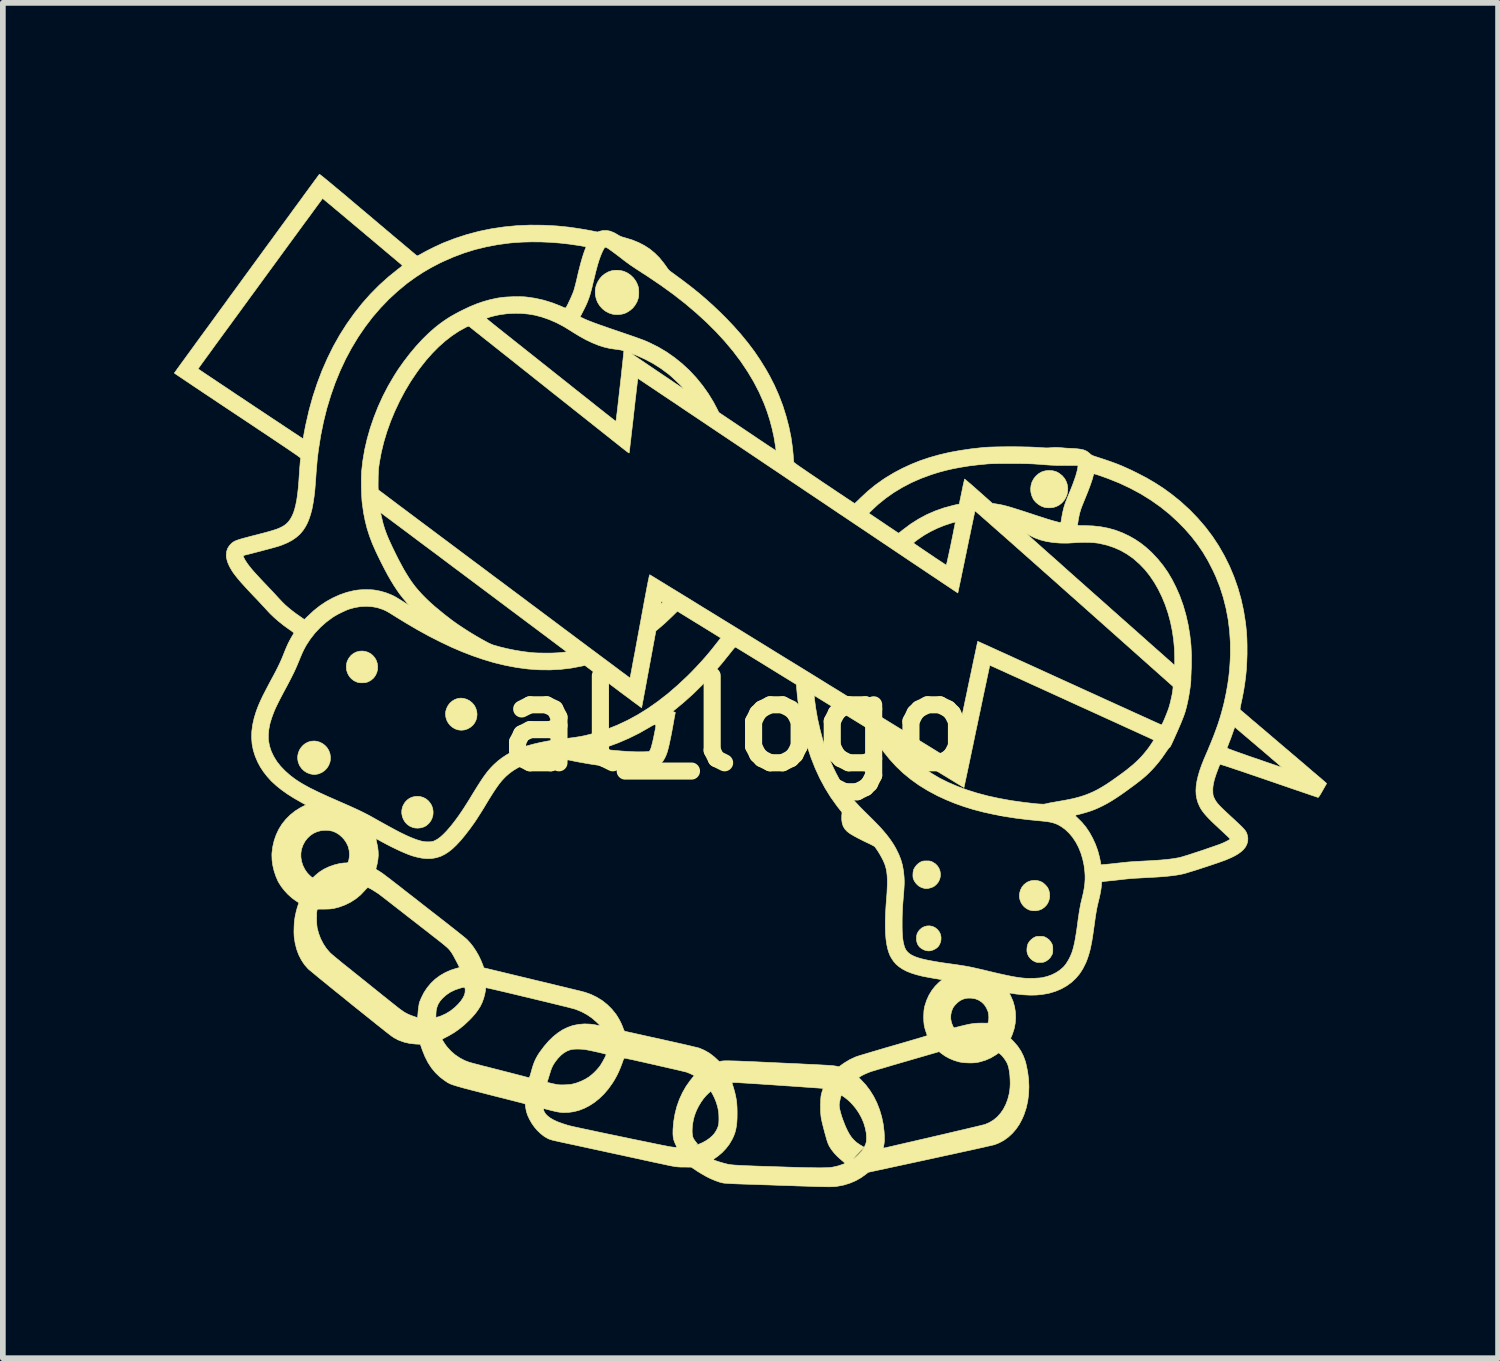
<source format=kicad_pcb>
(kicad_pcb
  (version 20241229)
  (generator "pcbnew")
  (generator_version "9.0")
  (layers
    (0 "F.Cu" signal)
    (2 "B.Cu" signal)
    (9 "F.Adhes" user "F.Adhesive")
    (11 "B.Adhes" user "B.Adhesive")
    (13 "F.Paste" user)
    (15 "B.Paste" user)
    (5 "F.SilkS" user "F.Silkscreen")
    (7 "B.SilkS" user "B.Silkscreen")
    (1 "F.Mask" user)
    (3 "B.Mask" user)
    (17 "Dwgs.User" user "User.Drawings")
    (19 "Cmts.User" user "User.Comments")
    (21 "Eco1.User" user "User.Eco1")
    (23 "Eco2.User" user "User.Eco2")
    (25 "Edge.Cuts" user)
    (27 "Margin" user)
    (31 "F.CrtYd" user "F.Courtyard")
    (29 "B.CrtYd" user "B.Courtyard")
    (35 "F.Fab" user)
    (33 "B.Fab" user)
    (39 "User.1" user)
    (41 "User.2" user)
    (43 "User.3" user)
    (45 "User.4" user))
  (footprint "al_logo"
    (layer "F.Cu")
    (at 9.867 9.629)
    (property "Reference" "al_logo" (at 0 0 0) (layer "F.SilkS") (effects (font (size 1.524 1.524) (thickness 0.3))))
    (attr through_hole)
    (fp_poly (pts (xy -4.794 -0.44) (xy -4.736 -0.423) (xy -4.685 -0.396) (xy -4.642 -0.361) (xy -4.606 -0.319) (xy -4.58 -0.271) (xy -4.563 -0.219) (xy -4.556 -0.163) (xy -4.561 -0.106) (xy -4.574 -0.059) (xy -4.599 -0.009) (xy -4.633 0.034) (xy -4.675 0.069) (xy -4.723 0.096) (xy -4.775 0.113) (xy -4.83 0.119) (xy -4.882 0.114) (xy -4.936 0.097) (xy -4.984 0.07) (xy -5.026 0.035) (xy -5.061 -0.008) (xy -5.087 -0.057) (xy -5.103 -0.109) (xy -5.109 -0.164) (xy -5.106 -0.208) (xy -5.09 -0.263) (xy -5.065 -0.313) (xy -5.032 -0.356) (xy -4.991 -0.392) (xy -4.946 -0.419) (xy -4.896 -0.437) (xy -4.843 -0.444) (xy -4.794 -0.44)) (stroke (width 0.01) (type solid)) (fill yes) (layer "F.SilkS"))
    (fp_poly (pts (xy -5.543 1.284) (xy -5.494 1.299) (xy -5.449 1.324) (xy -5.408 1.358) (xy -5.373 1.402) (xy -5.352 1.438) (xy -5.333 1.493) (xy -5.326 1.549) (xy -5.329 1.605) (xy -5.344 1.659) (xy -5.368 1.709) (xy -5.402 1.753) (xy -5.445 1.79) (xy -5.445 1.791) (xy -5.489 1.814) (xy -5.539 1.829) (xy -5.592 1.835) (xy -5.645 1.832) (xy -5.683 1.823) (xy -5.736 1.8) (xy -5.781 1.768) (xy -5.818 1.728) (xy -5.847 1.681) (xy -5.866 1.63) (xy -5.876 1.576) (xy -5.875 1.521) (xy -5.863 1.466) (xy -5.849 1.433) (xy -5.82 1.384) (xy -5.783 1.344) (xy -5.741 1.313) (xy -5.694 1.292) (xy -5.644 1.28) (xy -5.594 1.277) (xy -5.543 1.284)) (stroke (width 0.01) (type solid)) (fill yes) (layer "F.SilkS"))
    (fp_poly (pts (xy 5.26 2.753) (xy 5.313 2.767) (xy 5.35 2.785) (xy 5.374 2.802) (xy 5.401 2.827) (xy 5.426 2.854) (xy 5.445 2.879) (xy 5.447 2.883) (xy 5.467 2.93) (xy 5.478 2.982) (xy 5.479 3.036) (xy 5.47 3.09) (xy 5.451 3.14) (xy 5.429 3.177) (xy 5.389 3.22) (xy 5.344 3.252) (xy 5.292 3.273) (xy 5.235 3.283) (xy 5.176 3.282) (xy 5.124 3.27) (xy 5.077 3.247) (xy 5.035 3.215) (xy 5 3.176) (xy 4.974 3.131) (xy 4.956 3.081) (xy 4.948 3.028) (xy 4.952 2.977) (xy 4.968 2.919) (xy 4.994 2.868) (xy 5.03 2.824) (xy 5.076 2.789) (xy 5.1 2.775) (xy 5.151 2.757) (xy 5.205 2.75) (xy 5.26 2.753)) (stroke (width 0.01) (type solid)) (fill yes) (layer "F.SilkS"))
    (fp_poly (pts (xy -6.522 -1.264) (xy -6.472 -1.249) (xy -6.425 -1.225) (xy -6.384 -1.192) (xy -6.348 -1.15) (xy -6.324 -1.108) (xy -6.305 -1.053) (xy -6.297 -0.998) (xy -6.3 -0.943) (xy -6.314 -0.89) (xy -6.337 -0.841) (xy -6.369 -0.797) (xy -6.41 -0.761) (xy -6.458 -0.733) (xy -6.481 -0.724) (xy -6.517 -0.715) (xy -6.56 -0.712) (xy -6.603 -0.713) (xy -6.643 -0.719) (xy -6.659 -0.724) (xy -6.713 -0.749) (xy -6.759 -0.784) (xy -6.796 -0.827) (xy -6.824 -0.877) (xy -6.842 -0.932) (xy -6.847 -0.987) (xy -6.844 -1.042) (xy -6.831 -1.09) (xy -6.808 -1.136) (xy -6.799 -1.15) (xy -6.763 -1.194) (xy -6.721 -1.227) (xy -6.674 -1.251) (xy -6.624 -1.265) (xy -6.573 -1.269) (xy -6.522 -1.264)) (stroke (width 0.01) (type solid)) (fill yes) (layer "F.SilkS"))
    (fp_poly (pts (xy -7.376 0.311) (xy -7.319 0.326) (xy -7.267 0.351) (xy -7.222 0.385) (xy -7.184 0.426) (xy -7.155 0.474) (xy -7.135 0.526) (xy -7.126 0.582) (xy -7.127 0.64) (xy -7.134 0.676) (xy -7.155 0.732) (xy -7.186 0.782) (xy -7.226 0.824) (xy -7.273 0.857) (xy -7.326 0.881) (xy -7.359 0.889) (xy -7.395 0.894) (xy -7.427 0.894) (xy -7.461 0.888) (xy -7.481 0.884) (xy -7.537 0.863) (xy -7.587 0.831) (xy -7.63 0.79) (xy -7.665 0.74) (xy -7.67 0.73) (xy -7.691 0.676) (xy -7.7 0.621) (xy -7.699 0.567) (xy -7.688 0.515) (xy -7.668 0.466) (xy -7.64 0.422) (xy -7.605 0.383) (xy -7.564 0.351) (xy -7.517 0.327) (xy -7.466 0.312) (xy -7.411 0.308) (xy -7.376 0.311)) (stroke (width 0.01) (type solid)) (fill yes) (layer "F.SilkS"))
    (fp_poly (pts (xy 3.426 3.557) (xy 3.471 3.578) (xy 3.51 3.609) (xy 3.543 3.649) (xy 3.565 3.693) (xy 3.575 3.742) (xy 3.575 3.791) (xy 3.564 3.841) (xy 3.541 3.889) (xy 3.528 3.907) (xy 3.505 3.931) (xy 3.472 3.953) (xy 3.435 3.971) (xy 3.396 3.983) (xy 3.361 3.987) (xy 3.36 3.987) (xy 3.34 3.985) (xy 3.316 3.981) (xy 3.302 3.978) (xy 3.271 3.966) (xy 3.239 3.948) (xy 3.21 3.928) (xy 3.19 3.907) (xy 3.19 3.907) (xy 3.167 3.872) (xy 3.154 3.838) (xy 3.146 3.8) (xy 3.145 3.778) (xy 3.146 3.729) (xy 3.156 3.688) (xy 3.175 3.65) (xy 3.201 3.617) (xy 3.239 3.584) (xy 3.283 3.561) (xy 3.33 3.549) (xy 3.378 3.548) (xy 3.426 3.557)) (stroke (width 0.01) (type solid)) (fill yes) (layer "F.SilkS"))
    (fp_poly (pts (xy 5.532 -4.429) (xy 5.59 -4.414) (xy 5.643 -4.386) (xy 5.693 -4.347) (xy 5.703 -4.338) (xy 5.743 -4.29) (xy 5.771 -4.237) (xy 5.789 -4.182) (xy 5.797 -4.125) (xy 5.795 -4.069) (xy 5.784 -4.013) (xy 5.763 -3.96) (xy 5.734 -3.911) (xy 5.696 -3.868) (xy 5.651 -3.831) (xy 5.598 -3.803) (xy 5.553 -3.788) (xy 5.513 -3.781) (xy 5.467 -3.779) (xy 5.422 -3.782) (xy 5.386 -3.788) (xy 5.335 -3.807) (xy 5.286 -3.836) (xy 5.241 -3.872) (xy 5.205 -3.913) (xy 5.191 -3.935) (xy 5.165 -3.992) (xy 5.15 -4.052) (xy 5.146 -4.113) (xy 5.153 -4.174) (xy 5.17 -4.232) (xy 5.199 -4.286) (xy 5.237 -4.335) (xy 5.239 -4.336) (xy 5.288 -4.379) (xy 5.341 -4.409) (xy 5.4 -4.427) (xy 5.463 -4.434) (xy 5.467 -4.434) (xy 5.532 -4.429)) (stroke (width 0.01) (type solid)) (fill yes) (layer "F.SilkS"))
    (fp_poly (pts (xy -2.083 -7.942) (xy -2.027 -7.935) (xy -1.981 -7.923) (xy -1.92 -7.895) (xy -1.864 -7.856) (xy -1.815 -7.809) (xy -1.775 -7.754) (xy -1.745 -7.694) (xy -1.73 -7.649) (xy -1.725 -7.615) (xy -1.722 -7.573) (xy -1.722 -7.529) (xy -1.724 -7.488) (xy -1.73 -7.453) (xy -1.731 -7.452) (xy -1.753 -7.389) (xy -1.787 -7.33) (xy -1.829 -7.278) (xy -1.88 -7.235) (xy -1.937 -7.2) (xy -1.981 -7.182) (xy -2.025 -7.172) (xy -2.074 -7.166) (xy -2.125 -7.166) (xy -2.17 -7.171) (xy -2.178 -7.172) (xy -2.244 -7.193) (xy -2.304 -7.225) (xy -2.357 -7.266) (xy -2.402 -7.315) (xy -2.439 -7.371) (xy -2.465 -7.432) (xy -2.481 -7.498) (xy -2.485 -7.55) (xy -2.484 -7.597) (xy -2.478 -7.638) (xy -2.467 -7.678) (xy -2.449 -7.722) (xy -2.444 -7.733) (xy -2.41 -7.789) (xy -2.367 -7.839) (xy -2.316 -7.88) (xy -2.258 -7.913) (xy -2.196 -7.934) (xy -2.193 -7.935) (xy -2.141 -7.942) (xy -2.083 -7.942)) (stroke (width 0.01) (type solid)) (fill yes) (layer "F.SilkS"))
    (fp_poly (pts (xy 3.352 2.41) (xy 3.374 2.411) (xy 3.391 2.415) (xy 3.408 2.42) (xy 3.427 2.429) (xy 3.43 2.431) (xy 3.475 2.459) (xy 3.512 2.496) (xy 3.539 2.538) (xy 3.557 2.585) (xy 3.565 2.634) (xy 3.563 2.684) (xy 3.551 2.733) (xy 3.528 2.779) (xy 3.497 2.818) (xy 3.458 2.852) (xy 3.415 2.874) (xy 3.373 2.886) (xy 3.346 2.892) (xy 3.326 2.894) (xy 3.308 2.894) (xy 3.287 2.891) (xy 3.277 2.889) (xy 3.227 2.873) (xy 3.181 2.846) (xy 3.142 2.809) (xy 3.11 2.765) (xy 3.103 2.751) (xy 3.093 2.729) (xy 3.087 2.71) (xy 3.084 2.69) (xy 3.083 2.665) (xy 3.083 2.651) (xy 3.085 2.616) (xy 3.089 2.588) (xy 3.096 2.562) (xy 3.098 2.557) (xy 3.119 2.519) (xy 3.148 2.482) (xy 3.184 2.45) (xy 3.216 2.43) (xy 3.234 2.421) (xy 3.25 2.415) (xy 3.266 2.412) (xy 3.287 2.41) (xy 3.316 2.41) (xy 3.321 2.41) (xy 3.352 2.41)) (stroke (width 0.01) (type solid)) (fill yes) (layer "F.SilkS"))
    (fp_poly (pts (xy 5.339 3.731) (xy 5.362 3.733) (xy 5.38 3.737) (xy 5.399 3.745) (xy 5.405 3.748) (xy 5.43 3.762) (xy 5.456 3.781) (xy 5.471 3.794) (xy 5.49 3.817) (xy 5.508 3.843) (xy 5.517 3.86) (xy 5.525 3.878) (xy 5.53 3.896) (xy 5.533 3.916) (xy 5.534 3.942) (xy 5.534 3.959) (xy 5.534 3.991) (xy 5.532 4.013) (xy 5.528 4.031) (xy 5.522 4.049) (xy 5.517 4.058) (xy 5.49 4.104) (xy 5.454 4.14) (xy 5.415 4.166) (xy 5.394 4.177) (xy 5.375 4.183) (xy 5.355 4.187) (xy 5.329 4.189) (xy 5.318 4.189) (xy 5.283 4.189) (xy 5.257 4.187) (xy 5.235 4.181) (xy 5.231 4.18) (xy 5.184 4.156) (xy 5.144 4.123) (xy 5.112 4.083) (xy 5.09 4.037) (xy 5.089 4.033) (xy 5.081 3.993) (xy 5.081 3.948) (xy 5.087 3.903) (xy 5.099 3.863) (xy 5.1 3.861) (xy 5.124 3.822) (xy 5.157 3.787) (xy 5.195 3.758) (xy 5.212 3.749) (xy 5.231 3.74) (xy 5.248 3.734) (xy 5.268 3.732) (xy 5.293 3.731) (xy 5.309 3.731) (xy 5.339 3.731)) (stroke (width 0.01) (type solid)) (fill yes) (layer "F.SilkS"))
    (fp_poly (pts (xy -7.316 -9.623) (xy -7.307 -9.617) (xy -7.292 -9.606) (xy -7.272 -9.59) (xy -7.245 -9.569) (xy -7.212 -9.542) (xy -7.173 -9.51) (xy -7.126 -9.471) (xy -7.072 -9.426) (xy -7.01 -9.374) (xy -6.94 -9.316) (xy -6.862 -9.251) (xy -6.776 -9.178) (xy -6.68 -9.097) (xy -6.576 -9.009) (xy -6.471 -8.921) (xy -6.381 -8.845) (xy -6.294 -8.771) (xy -6.209 -8.7) (xy -6.129 -8.632) (xy -6.052 -8.567) (xy -5.98 -8.506) (xy -5.912 -8.45) (xy -5.851 -8.398) (xy -5.795 -8.351) (xy -5.746 -8.31) (xy -5.704 -8.274) (xy -5.669 -8.245) (xy -5.643 -8.223) (xy -5.625 -8.208) (xy -5.616 -8.201) (xy -5.615 -8.2) (xy -5.609 -8.197) (xy -5.602 -8.196) (xy -5.592 -8.198) (xy -5.577 -8.206) (xy -5.555 -8.218) (xy -5.533 -8.23) (xy -5.485 -8.257) (xy -5.429 -8.287) (xy -5.367 -8.318) (xy -5.303 -8.35) (xy -5.24 -8.379) (xy -5.182 -8.406) (xy -5.151 -8.42) (xy -4.947 -8.499) (xy -4.739 -8.567) (xy -4.525 -8.624) (xy -4.307 -8.669) (xy -4.085 -8.702) (xy -3.858 -8.724) (xy -3.627 -8.734) (xy -3.393 -8.732) (xy -3.155 -8.719) (xy -2.956 -8.699) (xy -2.899 -8.691) (xy -2.834 -8.682) (xy -2.764 -8.671) (xy -2.694 -8.66) (xy -2.626 -8.648) (xy -2.564 -8.637) (xy -2.517 -8.627) (xy -2.446 -8.613) (xy -2.399 -8.628) (xy -2.343 -8.64) (xy -2.285 -8.64) (xy -2.223 -8.628) (xy -2.159 -8.603) (xy -2.093 -8.566) (xy -2.092 -8.565) (xy -2.067 -8.55) (xy -2.044 -8.538) (xy -2.019 -8.528) (xy -1.987 -8.519) (xy -1.96 -8.511) (xy -1.838 -8.474) (xy -1.727 -8.429) (xy -1.624 -8.376) (xy -1.53 -8.315) (xy -1.442 -8.243) (xy -1.361 -8.162) (xy -1.286 -8.07) (xy -1.241 -8.008) (xy -1.223 -7.982) (xy -1.208 -7.961) (xy -1.193 -7.945) (xy -1.176 -7.929) (xy -1.153 -7.911) (xy -1.123 -7.89) (xy -1.121 -7.888) (xy -0.964 -7.773) (xy -0.817 -7.661) (xy -0.678 -7.55) (xy -0.547 -7.438) (xy -0.42 -7.324) (xy -0.297 -7.207) (xy -0.197 -7.108) (xy -0.057 -6.961) (xy 0.072 -6.815) (xy 0.191 -6.669) (xy 0.302 -6.522) (xy 0.404 -6.371) (xy 0.501 -6.215) (xy 0.568 -6.097) (xy 0.655 -5.927) (xy 0.733 -5.751) (xy 0.802 -5.57) (xy 0.86 -5.385) (xy 0.909 -5.199) (xy 0.947 -5.012) (xy 0.973 -4.827) (xy 0.985 -4.699) (xy 0.987 -4.663) (xy 0.99 -4.63) (xy 0.992 -4.604) (xy 0.994 -4.586) (xy 0.994 -4.58) (xy 0.998 -4.576) (xy 1.007 -4.568) (xy 1.024 -4.555) (xy 1.047 -4.538) (xy 1.077 -4.516) (xy 1.115 -4.49) (xy 1.162 -4.458) (xy 1.217 -4.42) (xy 1.281 -4.376) (xy 1.354 -4.327) (xy 1.437 -4.271) (xy 1.527 -4.21) (xy 1.601 -4.161) (xy 1.672 -4.113) (xy 1.739 -4.068) (xy 1.802 -4.026) (xy 1.86 -3.988) (xy 1.911 -3.953) (xy 1.957 -3.923) (xy 1.995 -3.898) (xy 2.025 -3.878) (xy 2.047 -3.864) (xy 2.059 -3.856) (xy 2.061 -3.854) (xy 2.067 -3.859) (xy 2.08 -3.871) (xy 2.1 -3.889) (xy 2.124 -3.912) (xy 2.151 -3.938) (xy 2.155 -3.943) (xy 2.287 -4.066) (xy 2.422 -4.177) (xy 2.561 -4.276) (xy 2.61 -4.308) (xy 2.753 -4.394) (xy 2.901 -4.472) (xy 3.053 -4.542) (xy 3.21 -4.605) (xy 3.374 -4.66) (xy 3.544 -4.708) (xy 3.723 -4.75) (xy 3.91 -4.784) (xy 4.107 -4.813) (xy 4.314 -4.836) (xy 4.324 -4.837) (xy 4.369 -4.84) (xy 4.425 -4.843) (xy 4.489 -4.845) (xy 4.562 -4.847) (xy 4.639 -4.848) (xy 4.721 -4.849) (xy 4.805 -4.849) (xy 4.889 -4.849) (xy 4.971 -4.848) (xy 5.05 -4.846) (xy 5.124 -4.845) (xy 5.192 -4.842) (xy 5.251 -4.839) (xy 5.286 -4.837) (xy 5.337 -4.833) (xy 5.378 -4.831) (xy 5.411 -4.829) (xy 5.44 -4.829) (xy 5.466 -4.83) (xy 5.493 -4.832) (xy 5.51 -4.833) (xy 5.554 -4.837) (xy 5.593 -4.838) (xy 5.633 -4.836) (xy 5.666 -4.833) (xy 5.698 -4.831) (xy 5.739 -4.827) (xy 5.785 -4.824) (xy 5.833 -4.822) (xy 5.871 -4.82) (xy 5.937 -4.816) (xy 5.992 -4.81) (xy 6.039 -4.803) (xy 6.078 -4.793) (xy 6.111 -4.78) (xy 6.14 -4.764) (xy 6.167 -4.743) (xy 6.183 -4.729) (xy 6.194 -4.719) (xy 6.205 -4.71) (xy 6.216 -4.703) (xy 6.231 -4.696) (xy 6.25 -4.688) (xy 6.276 -4.679) (xy 6.311 -4.668) (xy 6.351 -4.655) (xy 6.46 -4.619) (xy 6.558 -4.585) (xy 6.651 -4.551) (xy 6.74 -4.515) (xy 6.828 -4.476) (xy 6.92 -4.434) (xy 7.007 -4.391) (xy 7.173 -4.305) (xy 7.327 -4.215) (xy 7.474 -4.12) (xy 7.614 -4.018) (xy 7.75 -3.909) (xy 7.78 -3.884) (xy 7.933 -3.744) (xy 8.075 -3.597) (xy 8.208 -3.443) (xy 8.33 -3.282) (xy 8.441 -3.114) (xy 8.541 -2.939) (xy 8.631 -2.758) (xy 8.709 -2.572) (xy 8.777 -2.379) (xy 8.833 -2.182) (xy 8.878 -1.978) (xy 8.911 -1.77) (xy 8.918 -1.711) (xy 8.929 -1.601) (xy 8.936 -1.489) (xy 8.939 -1.372) (xy 8.939 -1.247) (xy 8.939 -1.206) (xy 8.934 -1.073) (xy 8.927 -0.946) (xy 8.915 -0.822) (xy 8.899 -0.699) (xy 8.879 -0.572) (xy 8.853 -0.439) (xy 8.838 -0.37) (xy 8.829 -0.327) (xy 8.823 -0.295) (xy 8.819 -0.272) (xy 8.817 -0.256) (xy 8.817 -0.246) (xy 8.819 -0.24) (xy 8.821 -0.239) (xy 8.827 -0.234) (xy 8.841 -0.221) (xy 8.865 -0.201) (xy 8.897 -0.174) (xy 8.936 -0.141) (xy 8.982 -0.101) (xy 9.034 -0.056) (xy 9.093 -0.007) (xy 9.157 0.048) (xy 9.226 0.106) (xy 9.299 0.168) (xy 9.376 0.234) (xy 9.456 0.302) (xy 9.538 0.372) (xy 9.56 0.391) (xy 9.644 0.462) (xy 9.725 0.531) (xy 9.803 0.597) (xy 9.878 0.661) (xy 9.949 0.721) (xy 10.015 0.778) (xy 10.075 0.83) (xy 10.131 0.877) (xy 10.179 0.918) (xy 10.222 0.954) (xy 10.256 0.984) (xy 10.283 1.007) (xy 10.301 1.023) (xy 10.311 1.031) (xy 10.312 1.032) (xy 10.333 1.053) (xy 10.263 1.176) (xy 10.239 1.218) (xy 10.22 1.25) (xy 10.205 1.273) (xy 10.195 1.287) (xy 10.187 1.295) (xy 10.182 1.297) (xy 10.175 1.294) (xy 10.157 1.288) (xy 10.127 1.278) (xy 10.088 1.265) (xy 10.04 1.249) (xy 9.983 1.229) (xy 9.918 1.207) (xy 9.846 1.182) (xy 9.768 1.156) (xy 9.683 1.127) (xy 9.594 1.096) (xy 9.5 1.064) (xy 9.402 1.03) (xy 9.32 1.002) (xy 9.198 0.96) (xy 9.087 0.922) (xy 8.986 0.888) (xy 8.897 0.857) (xy 8.817 0.83) (xy 8.747 0.807) (xy 8.686 0.786) (xy 8.634 0.769) (xy 8.59 0.754) (xy 8.553 0.742) (xy 8.523 0.733) (xy 8.5 0.726) (xy 8.483 0.721) (xy 8.472 0.719) (xy 8.465 0.718) (xy 8.464 0.719) (xy 8.458 0.73) (xy 8.449 0.751) (xy 8.438 0.778) (xy 8.426 0.811) (xy 8.413 0.846) (xy 8.4 0.881) (xy 8.389 0.913) (xy 8.385 0.924) (xy 8.364 0.993) (xy 8.35 1.055) (xy 8.341 1.111) (xy 8.338 1.166) (xy 8.339 1.189) (xy 8.34 1.222) (xy 8.342 1.246) (xy 8.346 1.265) (xy 8.352 1.283) (xy 8.361 1.304) (xy 8.362 1.305) (xy 8.373 1.328) (xy 8.385 1.35) (xy 8.399 1.371) (xy 8.415 1.393) (xy 8.435 1.417) (xy 8.459 1.443) (xy 8.488 1.473) (xy 8.523 1.507) (xy 8.565 1.547) (xy 8.616 1.594) (xy 8.652 1.628) (xy 8.709 1.68) (xy 8.757 1.725) (xy 8.797 1.763) (xy 8.831 1.795) (xy 8.858 1.822) (xy 8.879 1.845) (xy 8.897 1.865) (xy 8.91 1.882) (xy 8.92 1.898) (xy 8.928 1.913) (xy 8.934 1.928) (xy 8.94 1.945) (xy 8.942 1.952) (xy 8.953 2.006) (xy 8.951 2.061) (xy 8.937 2.114) (xy 8.912 2.164) (xy 8.909 2.168) (xy 8.877 2.208) (xy 8.838 2.245) (xy 8.79 2.281) (xy 8.732 2.316) (xy 8.664 2.35) (xy 8.586 2.384) (xy 8.558 2.395) (xy 8.52 2.409) (xy 8.475 2.425) (xy 8.422 2.444) (xy 8.365 2.463) (xy 8.303 2.484) (xy 8.24 2.505) (xy 8.175 2.526) (xy 8.112 2.547) (xy 8.05 2.567) (xy 7.992 2.585) (xy 7.939 2.601) (xy 7.893 2.615) (xy 7.855 2.627) (xy 7.827 2.634) (xy 7.814 2.637) (xy 7.762 2.648) (xy 7.709 2.657) (xy 7.654 2.665) (xy 7.595 2.672) (xy 7.531 2.679) (xy 7.46 2.685) (xy 7.381 2.691) (xy 7.293 2.696) (xy 7.193 2.701) (xy 7.185 2.702) (xy 7.107 2.706) (xy 7.04 2.71) (xy 6.98 2.713) (xy 6.926 2.717) (xy 6.876 2.721) (xy 6.827 2.726) (xy 6.776 2.731) (xy 6.722 2.738) (xy 6.702 2.74) (xy 6.656 2.745) (xy 6.606 2.751) (xy 6.558 2.756) (xy 6.514 2.76) (xy 6.487 2.763) (xy 6.453 2.766) (xy 6.424 2.77) (xy 6.404 2.773) (xy 6.394 2.777) (xy 6.393 2.777) (xy 6.39 2.788) (xy 6.388 2.805) (xy 6.388 2.815) (xy 6.386 2.852) (xy 6.38 2.898) (xy 6.371 2.953) (xy 6.359 3.014) (xy 6.344 3.079) (xy 6.337 3.108) (xy 6.326 3.152) (xy 6.317 3.192) (xy 6.308 3.232) (xy 6.301 3.273) (xy 6.293 3.316) (xy 6.285 3.365) (xy 6.277 3.42) (xy 6.268 3.484) (xy 6.258 3.556) (xy 6.244 3.656) (xy 6.231 3.744) (xy 6.218 3.823) (xy 6.204 3.893) (xy 6.191 3.956) (xy 6.176 4.013) (xy 6.16 4.067) (xy 6.143 4.117) (xy 6.125 4.167) (xy 6.109 4.204) (xy 6.06 4.301) (xy 6.003 4.389) (xy 5.936 4.468) (xy 5.86 4.539) (xy 5.775 4.6) (xy 5.683 4.652) (xy 5.583 4.694) (xy 5.474 4.727) (xy 5.448 4.733) (xy 5.349 4.75) (xy 5.246 4.76) (xy 5.137 4.762) (xy 5.021 4.756) (xy 4.897 4.743) (xy 4.855 4.737) (xy 4.825 4.732) (xy 4.799 4.728) (xy 4.781 4.726) (xy 4.772 4.724) (xy 4.772 4.724) (xy 4.773 4.73) (xy 4.78 4.744) (xy 4.79 4.764) (xy 4.798 4.78) (xy 4.837 4.869) (xy 4.864 4.963) (xy 4.879 5.059) (xy 4.883 5.156) (xy 4.876 5.254) (xy 4.857 5.351) (xy 4.827 5.444) (xy 4.813 5.478) (xy 4.794 5.52) (xy 4.85 5.578) (xy 4.918 5.656) (xy 4.974 5.74) (xy 5.019 5.829) (xy 5.054 5.925) (xy 5.063 5.959) (xy 5.092 6.096) (xy 5.11 6.231) (xy 5.116 6.364) (xy 5.111 6.494) (xy 5.095 6.62) (xy 5.068 6.741) (xy 5.029 6.858) (xy 4.997 6.932) (xy 4.948 7.025) (xy 4.89 7.11) (xy 4.825 7.185) (xy 4.753 7.251) (xy 4.675 7.307) (xy 4.591 7.352) (xy 4.518 7.381) (xy 4.506 7.384) (xy 4.483 7.39) (xy 4.449 7.398) (xy 4.404 7.408) (xy 4.349 7.421) (xy 4.286 7.435) (xy 4.214 7.451) (xy 4.134 7.469) (xy 4.047 7.488) (xy 3.954 7.508) (xy 3.855 7.53) (xy 3.751 7.553) (xy 3.642 7.576) (xy 3.53 7.601) (xy 3.415 7.626) (xy 3.383 7.633) (xy 2.299 7.867) (xy 2.262 7.897) (xy 2.175 7.96) (xy 2.08 8.014) (xy 1.978 8.057) (xy 1.872 8.09) (xy 1.761 8.111) (xy 1.753 8.112) (xy 1.734 8.115) (xy 1.715 8.117) (xy 1.693 8.118) (xy 1.668 8.119) (xy 1.64 8.12) (xy 1.607 8.12) (xy 1.568 8.12) (xy 1.523 8.119) (xy 1.471 8.118) (xy 1.41 8.117) (xy 1.341 8.115) (xy 1.261 8.112) (xy 1.171 8.109) (xy 1.069 8.106) (xy 1.06 8.106) (xy 0.972 8.102) (xy 0.873 8.099) (xy 0.769 8.096) (xy 0.661 8.092) (xy 0.552 8.088) (xy 0.446 8.085) (xy 0.346 8.081) (xy 0.254 8.078) (xy 0.223 8.077) (xy 0.122 8.074) (xy 0.035 8.071) (xy -0.041 8.068) (xy -0.104 8.065) (xy -0.155 8.062) (xy -0.195 8.059) (xy -0.224 8.057) (xy -0.241 8.055) (xy -0.306 8.039) (xy -0.377 8.014) (xy -0.454 7.982) (xy -0.534 7.943) (xy -0.615 7.897) (xy -0.697 7.847) (xy -0.708 7.839) (xy -0.803 7.776) (xy -0.927 7.775) (xy -0.955 7.775) (xy -0.98 7.775) (xy -1.003 7.774) (xy -1.024 7.773) (xy -1.045 7.771) (xy -1.068 7.769) (xy -1.093 7.765) (xy -1.122 7.76) (xy -1.155 7.754) (xy -1.195 7.746) (xy -1.242 7.736) (xy -1.297 7.724) (xy -1.362 7.71) (xy -1.438 7.694) (xy -1.467 7.688) (xy -1.567 7.666) (xy -1.66 7.646) (xy -0.416 7.646) (xy -0.408 7.65) (xy -0.391 7.657) (xy -0.366 7.666) (xy -0.336 7.676) (xy -0.302 7.687) (xy -0.267 7.697) (xy -0.233 7.707) (xy -0.203 7.715) (xy -0.179 7.721) (xy -0.163 7.725) (xy -0.146 7.728) (xy -0.128 7.731) (xy -0.107 7.734) (xy -0.084 7.736) (xy -0.058 7.739) (xy -0.027 7.741) (xy 0.009 7.743) (xy 0.05 7.746) (xy 0.098 7.748) (xy 0.154 7.751) (xy 0.217 7.753) (xy 0.29 7.756) (xy 0.372 7.759) (xy 0.465 7.762) (xy 0.569 7.765) (xy 0.679 7.769) (xy 0.809 7.773) (xy 0.927 7.777) (xy 1.033 7.78) (xy 1.129 7.783) (xy 1.215 7.785) (xy 1.291 7.786) (xy 1.359 7.787) (xy 1.419 7.788) (xy 1.471 7.788) (xy 1.517 7.787) (xy 1.557 7.786) (xy 1.591 7.785) (xy 1.621 7.783) (xy 1.647 7.78) (xy 1.67 7.777) (xy 1.69 7.773) (xy 1.692 7.773) (xy 1.728 7.765) (xy 1.756 7.759) (xy 1.782 7.751) (xy 1.81 7.742) (xy 1.845 7.73) (xy 1.846 7.73) (xy 1.868 7.722) (xy 1.884 7.715) (xy 1.892 7.71) (xy 1.892 7.709) (xy 1.888 7.703) (xy 1.875 7.691) (xy 1.856 7.674) (xy 1.832 7.654) (xy 1.823 7.646) (xy 1.758 7.588) (xy 1.701 7.527) (xy 1.653 7.466) (xy 1.615 7.405) (xy 1.593 7.356) (xy 1.584 7.33) (xy 1.572 7.294) (xy 1.56 7.25) (xy 1.546 7.201) (xy 1.532 7.149) (xy 1.518 7.096) (xy 1.505 7.045) (xy 1.493 6.998) (xy 1.484 6.956) (xy 1.477 6.924) (xy 1.476 6.915) (xy 1.471 6.882) (xy 1.468 6.848) (xy 1.465 6.809) (xy 1.464 6.764) (xy 1.464 6.708) (xy 1.464 6.706) (xy 1.464 6.686) (xy 1.791 6.686) (xy 1.794 6.725) (xy 1.803 6.774) (xy 1.818 6.831) (xy 1.837 6.895) (xy 1.862 6.964) (xy 1.891 7.038) (xy 1.903 7.067) (xy 1.937 7.14) (xy 1.972 7.203) (xy 2.009 7.257) (xy 2.05 7.303) (xy 2.095 7.344) (xy 2.147 7.38) (xy 2.165 7.391) (xy 2.222 7.425) (xy 2.21 7.442) (xy 2.202 7.451) (xy 2.187 7.468) (xy 2.166 7.491) (xy 2.141 7.518) (xy 2.113 7.547) (xy 2.107 7.553) (xy 2.077 7.584) (xy 2.055 7.607) (xy 2.041 7.623) (xy 2.034 7.632) (xy 2.034 7.634) (xy 2.039 7.632) (xy 2.049 7.625) (xy 2.056 7.62) (xy 2.078 7.603) (xy 2.105 7.58) (xy 2.131 7.555) (xy 2.145 7.54) (xy 2.185 7.495) (xy 2.215 7.451) (xy 2.24 7.406) (xy 2.253 7.374) (xy 2.261 7.353) (xy 2.265 7.333) (xy 2.268 7.312) (xy 2.269 7.285) (xy 2.27 7.258) (xy 2.264 7.172) (xy 2.246 7.085) (xy 2.219 6.996) (xy 2.181 6.909) (xy 2.134 6.824) (xy 2.079 6.744) (xy 2.017 6.67) (xy 1.978 6.63) (xy 1.949 6.604) (xy 1.92 6.58) (xy 1.892 6.558) (xy 1.867 6.54) (xy 1.847 6.527) (xy 1.833 6.52) (xy 1.828 6.52) (xy 1.823 6.529) (xy 1.817 6.549) (xy 1.81 6.574) (xy 1.804 6.603) (xy 1.798 6.632) (xy 1.793 6.659) (xy 1.791 6.68) (xy 1.791 6.686) (xy 1.464 6.686) (xy 1.465 6.643) (xy 1.467 6.591) (xy 1.47 6.547) (xy 1.476 6.508) (xy 1.485 6.474) (xy 1.495 6.44) (xy 1.499 6.43) (xy 1.505 6.412) (xy 1.509 6.4) (xy 1.51 6.397) (xy 1.503 6.396) (xy 1.485 6.394) (xy 1.455 6.392) (xy 1.416 6.389) (xy 1.369 6.386) (xy 1.313 6.382) (xy 1.25 6.377) (xy 1.181 6.373) (xy 1.107 6.367) (xy 1.028 6.362) (xy 0.947 6.356) (xy 0.863 6.351) (xy 0.778 6.345) (xy 0.692 6.339) (xy 0.607 6.333) (xy 0.523 6.328) (xy 0.441 6.322) (xy 0.363 6.317) (xy 0.289 6.313) (xy 0.221 6.308) (xy 0.158 6.304) (xy 0.103 6.301) (xy 0.055 6.298) (xy 0.017 6.295) (xy -0.012 6.294) (xy -0.029 6.293) (xy -0.034 6.293) (xy -0.061 6.293) (xy -0.077 6.294) (xy -0.085 6.296) (xy -0.088 6.3) (xy -0.087 6.304) (xy -0.061 6.387) (xy -0.04 6.462) (xy -0.024 6.531) (xy -0.012 6.597) (xy -0.004 6.663) (xy 0.000352 6.733) (xy 0.002 6.807) (xy 0.002 6.833) (xy 0.001 6.917) (xy -0.003 6.991) (xy -0.011 7.058) (xy -0.022 7.118) (xy -0.037 7.174) (xy -0.057 7.228) (xy -0.082 7.282) (xy -0.089 7.295) (xy -0.136 7.375) (xy -0.194 7.45) (xy -0.26 7.52) (xy -0.333 7.582) (xy -0.366 7.605) (xy -0.388 7.621) (xy -0.405 7.634) (xy -0.414 7.643) (xy -0.416 7.646) (xy -1.66 7.646) (xy -1.675 7.642) (xy -1.787 7.618) (xy -1.903 7.593) (xy -2.021 7.567) (xy -2.138 7.542) (xy -2.254 7.517) (xy -2.367 7.492) (xy -2.475 7.469) (xy -2.576 7.447) (xy -2.668 7.427) (xy -2.751 7.409) (xy -2.778 7.403) (xy -2.838 7.39) (xy -2.9 7.377) (xy -2.961 7.364) (xy -3.02 7.351) (xy -3.073 7.34) (xy -3.117 7.33) (xy -3.143 7.324) (xy -3.194 7.313) (xy -3.236 7.303) (xy -3.268 7.293) (xy -3.295 7.284) (xy -3.316 7.274) (xy -3.317 7.274) (xy -3.38 7.237) (xy -3.44 7.19) (xy -3.498 7.135) (xy -3.551 7.073) (xy -3.598 7.006) (xy -3.638 6.936) (xy -3.671 6.865) (xy -3.693 6.794) (xy -3.7 6.755) (xy -3.391 6.755) (xy -3.39 6.769) (xy -3.386 6.786) (xy -3.38 6.804) (xy -3.378 6.807) (xy -3.353 6.846) (xy -3.317 6.882) (xy -3.27 6.917) (xy -3.211 6.951) (xy -3.141 6.983) (xy -3.059 7.013) (xy -2.965 7.043) (xy -2.946 7.048) (xy -2.931 7.052) (xy -2.904 7.058) (xy -2.867 7.067) (xy -2.819 7.077) (xy -2.764 7.089) (xy -2.7 7.103) (xy -2.629 7.118) (xy -2.552 7.134) (xy -2.47 7.152) (xy -2.384 7.17) (xy -2.295 7.189) (xy -2.203 7.208) (xy -2.11 7.227) (xy -2.016 7.247) (xy -1.923 7.266) (xy -1.831 7.286) (xy -1.741 7.304) (xy -1.654 7.322) (xy -1.571 7.339) (xy -1.493 7.355) (xy -1.421 7.37) (xy -1.356 7.383) (xy -1.298 7.395) (xy -1.249 7.404) (xy -1.21 7.412) (xy -1.181 7.417) (xy -1.165 7.42) (xy -1.137 7.424) (xy -1.109 7.427) (xy -1.085 7.429) (xy -1.066 7.429) (xy -1.055 7.428) (xy -1.054 7.427) (xy -1.057 7.421) (xy -1.064 7.406) (xy -1.074 7.384) (xy -1.083 7.365) (xy -1.099 7.327) (xy -1.111 7.29) (xy -1.118 7.252) (xy -1.122 7.21) (xy -1.123 7.161) (xy -1.122 7.147) (xy -0.787 7.147) (xy -0.784 7.199) (xy -0.776 7.244) (xy -0.765 7.273) (xy -0.756 7.288) (xy -0.742 7.308) (xy -0.726 7.33) (xy -0.724 7.332) (xy -0.693 7.371) (xy -0.707 7.381) (xy -0.716 7.388) (xy -0.715 7.39) (xy -0.704 7.388) (xy -0.682 7.38) (xy -0.672 7.376) (xy -0.603 7.346) (xy -0.538 7.31) (xy -0.48 7.269) (xy -0.43 7.225) (xy -0.407 7.2) (xy -0.379 7.161) (xy -0.354 7.118) (xy -0.335 7.074) (xy -0.324 7.035) (xy -0.324 7.035) (xy -0.32 7.009) (xy -0.318 6.974) (xy -0.317 6.933) (xy -0.318 6.891) (xy -0.319 6.85) (xy -0.322 6.815) (xy -0.324 6.797) (xy -0.34 6.718) (xy -0.365 6.637) (xy -0.396 6.56) (xy -0.431 6.491) (xy -0.458 6.445) (xy -0.489 6.471) (xy -0.538 6.518) (xy -0.587 6.575) (xy -0.632 6.639) (xy -0.674 6.709) (xy -0.71 6.781) (xy -0.733 6.839) (xy -0.753 6.9) (xy -0.768 6.963) (xy -0.779 7.027) (xy -0.785 7.089) (xy -0.787 7.147) (xy -1.122 7.147) (xy -1.122 7.115) (xy -1.11 6.977) (xy -1.087 6.843) (xy -1.054 6.713) (xy -1.01 6.589) (xy -0.956 6.471) (xy -0.893 6.361) (xy -0.82 6.258) (xy -0.798 6.231) (xy -0.777 6.205) (xy 2.132 6.205) (xy 2.172 6.245) (xy 2.255 6.333) (xy 2.329 6.431) (xy 2.395 6.537) (xy 2.451 6.649) (xy 2.498 6.769) (xy 2.535 6.893) (xy 2.562 7.022) (xy 2.578 7.154) (xy 2.582 7.22) (xy 2.583 7.269) (xy 2.583 7.31) (xy 2.58 7.346) (xy 2.576 7.374) (xy 2.571 7.404) (xy 2.568 7.424) (xy 2.566 7.435) (xy 2.567 7.441) (xy 2.569 7.442) (xy 2.572 7.442) (xy 2.573 7.442) (xy 2.58 7.441) (xy 2.598 7.437) (xy 2.628 7.43) (xy 2.668 7.421) (xy 2.717 7.41) (xy 2.775 7.396) (xy 2.841 7.381) (xy 2.915 7.364) (xy 2.995 7.345) (xy 3.082 7.326) (xy 3.173 7.304) (xy 3.27 7.282) (xy 3.37 7.259) (xy 3.442 7.242) (xy 3.545 7.218) (xy 3.645 7.195) (xy 3.742 7.172) (xy 3.834 7.15) (xy 3.921 7.13) (xy 4.002 7.111) (xy 4.077 7.093) (xy 4.144 7.077) (xy 4.203 7.063) (xy 4.253 7.051) (xy 4.293 7.041) (xy 4.323 7.034) (xy 4.342 7.029) (xy 4.348 7.027) (xy 4.425 6.994) (xy 4.496 6.95) (xy 4.561 6.897) (xy 4.618 6.833) (xy 4.668 6.761) (xy 4.71 6.68) (xy 4.744 6.591) (xy 4.769 6.495) (xy 4.779 6.437) (xy 4.785 6.377) (xy 4.788 6.31) (xy 4.786 6.24) (xy 4.782 6.17) (xy 4.774 6.103) (xy 4.763 6.043) (xy 4.749 5.992) (xy 4.749 5.991) (xy 4.731 5.948) (xy 4.704 5.902) (xy 4.673 5.858) (xy 4.639 5.818) (xy 4.611 5.793) (xy 4.587 5.773) (xy 4.538 5.807) (xy 4.45 5.86) (xy 4.357 5.901) (xy 4.258 5.931) (xy 4.213 5.941) (xy 4.165 5.947) (xy 4.109 5.95) (xy 4.049 5.949) (xy 3.989 5.946) (xy 3.932 5.939) (xy 3.883 5.93) (xy 3.877 5.928) (xy 3.798 5.903) (xy 3.72 5.87) (xy 3.649 5.831) (xy 3.586 5.787) (xy 3.58 5.783) (xy 3.542 5.752) (xy 2.971 5.918) (xy 2.887 5.942) (xy 2.806 5.966) (xy 2.729 5.988) (xy 2.656 6.01) (xy 2.588 6.03) (xy 2.528 6.048) (xy 2.474 6.063) (xy 2.429 6.077) (xy 2.393 6.088) (xy 2.367 6.095) (xy 2.352 6.1) (xy 2.351 6.1) (xy 2.314 6.114) (xy 2.273 6.131) (xy 2.232 6.149) (xy 2.194 6.168) (xy 2.164 6.185) (xy 2.16 6.188) (xy 2.132 6.205) (xy -0.777 6.205) (xy -0.749 6.172) (xy -0.792 6.151) (xy -0.821 6.137) (xy -0.855 6.123) (xy -0.881 6.113) (xy -0.893 6.109) (xy -0.915 6.104) (xy -0.948 6.096) (xy -0.989 6.086) (xy -1.039 6.074) (xy -1.095 6.061) (xy -1.157 6.047) (xy -1.223 6.032) (xy -1.292 6.016) (xy -1.364 6) (xy -1.436 5.983) (xy -1.508 5.967) (xy -1.579 5.951) (xy -1.648 5.935) (xy -1.713 5.921) (xy -1.773 5.907) (xy -1.827 5.895) (xy -1.875 5.885) (xy -1.914 5.877) (xy -1.944 5.87) (xy -1.963 5.867) (xy -1.97 5.866) (xy -1.975 5.867) (xy -1.981 5.872) (xy -1.987 5.884) (xy -1.996 5.903) (xy -2.006 5.933) (xy -2.012 5.95) (xy -2.043 6.032) (xy -2.074 6.105) (xy -2.107 6.173) (xy -2.144 6.24) (xy -2.186 6.308) (xy -2.19 6.313) (xy -2.259 6.409) (xy -2.334 6.496) (xy -2.414 6.573) (xy -2.498 6.641) (xy -2.586 6.698) (xy -2.677 6.745) (xy -2.77 6.781) (xy -2.865 6.805) (xy -2.961 6.818) (xy -3.056 6.819) (xy -3.116 6.813) (xy -3.139 6.809) (xy -3.171 6.803) (xy -3.209 6.794) (xy -3.249 6.785) (xy -3.275 6.778) (xy -3.31 6.769) (xy -3.341 6.761) (xy -3.366 6.755) (xy -3.382 6.751) (xy -3.388 6.75) (xy -3.391 6.755) (xy -3.7 6.755) (xy -3.706 6.726) (xy -3.706 6.717) (xy -3.709 6.69) (xy -3.713 6.674) (xy -3.718 6.666) (xy -3.72 6.665) (xy -3.728 6.663) (xy -3.747 6.658) (xy -3.776 6.65) (xy -3.815 6.64) (xy -3.862 6.628) (xy -3.916 6.614) (xy -3.976 6.599) (xy -4.042 6.582) (xy -4.112 6.564) (xy -4.169 6.55) (xy -4.287 6.52) (xy -4.393 6.493) (xy -4.489 6.468) (xy -4.575 6.446) (xy -4.65 6.427) (xy -4.717 6.409) (xy -4.776 6.394) (xy -4.827 6.38) (xy -4.872 6.367) (xy -4.91 6.356) (xy -4.943 6.346) (xy -4.971 6.337) (xy -4.995 6.329) (xy -5.016 6.321) (xy -5.034 6.313) (xy -5.05 6.305) (xy -5.064 6.297) (xy -5.077 6.289) (xy -3.326 6.289) (xy -3.319 6.292) (xy -3.302 6.297) (xy -3.277 6.302) (xy -3.249 6.309) (xy -3.218 6.316) (xy -3.189 6.322) (xy -3.163 6.327) (xy -3.144 6.331) (xy -3.141 6.331) (xy -3.109 6.334) (xy -3.07 6.335) (xy -3.025 6.334) (xy -2.979 6.332) (xy -2.937 6.329) (xy -2.902 6.324) (xy -2.89 6.322) (xy -2.812 6.301) (xy -2.733 6.271) (xy -2.659 6.235) (xy -2.593 6.194) (xy -2.591 6.192) (xy -2.55 6.16) (xy -2.506 6.121) (xy -2.464 6.078) (xy -2.426 6.035) (xy -2.403 6.006) (xy -2.389 5.985) (xy -2.372 5.957) (xy -2.354 5.927) (xy -2.337 5.895) (xy -2.32 5.865) (xy -2.307 5.837) (xy -2.297 5.816) (xy -2.293 5.803) (xy -2.292 5.801) (xy -2.298 5.797) (xy -2.315 5.792) (xy -2.341 5.785) (xy -2.374 5.777) (xy -2.412 5.767) (xy -2.455 5.758) (xy -2.5 5.748) (xy -2.545 5.738) (xy -2.589 5.729) (xy -2.631 5.721) (xy -2.654 5.717) (xy -2.699 5.711) (xy -2.748 5.708) (xy -2.798 5.707) (xy -2.844 5.708) (xy -2.885 5.712) (xy -2.914 5.717) (xy -2.974 5.739) (xy -3.031 5.771) (xy -3.086 5.815) (xy -3.14 5.871) (xy -3.174 5.914) (xy -3.206 5.959) (xy -3.231 6.002) (xy -3.252 6.049) (xy -3.271 6.103) (xy -3.273 6.112) (xy -3.284 6.146) (xy -3.296 6.185) (xy -3.307 6.221) (xy -3.309 6.228) (xy -3.317 6.253) (xy -3.323 6.274) (xy -3.326 6.286) (xy -3.326 6.289) (xy -5.077 6.289) (xy -5.078 6.289) (xy -5.092 6.28) (xy -5.107 6.27) (xy -5.123 6.259) (xy -5.124 6.259) (xy -5.208 6.195) (xy -5.285 6.121) (xy -5.355 6.037) (xy -5.416 5.943) (xy -5.469 5.839) (xy -5.515 5.725) (xy -5.522 5.705) (xy -5.55 5.623) (xy -5.634 5.619) (xy -5.737 5.608) (xy -5.833 5.586) (xy -5.923 5.554) (xy -5.962 5.534) (xy -5.168 5.534) (xy -5.167 5.541) (xy -5.159 5.556) (xy -5.146 5.577) (xy -5.13 5.602) (xy -5.112 5.629) (xy -5.093 5.655) (xy -5.077 5.675) (xy -5.014 5.744) (xy -4.941 5.807) (xy -4.861 5.861) (xy -4.777 5.906) (xy -4.699 5.936) (xy -4.683 5.941) (xy -4.656 5.948) (xy -4.621 5.958) (xy -4.579 5.969) (xy -4.531 5.981) (xy -4.48 5.995) (xy -4.442 6.005) (xy -4.387 6.018) (xy -4.323 6.035) (xy -4.252 6.053) (xy -4.177 6.072) (xy -4.101 6.092) (xy -4.026 6.111) (xy -3.955 6.129) (xy -3.937 6.134) (xy -3.878 6.149) (xy -3.824 6.163) (xy -3.774 6.176) (xy -3.73 6.187) (xy -3.694 6.197) (xy -3.666 6.204) (xy -3.648 6.208) (xy -3.641 6.209) (xy -3.638 6.204) (xy -3.632 6.188) (xy -3.624 6.164) (xy -3.615 6.134) (xy -3.61 6.117) (xy -3.589 6.042) (xy -3.569 5.978) (xy -3.547 5.921) (xy -3.522 5.869) (xy -3.495 5.82) (xy -3.463 5.77) (xy -3.458 5.763) (xy -3.381 5.66) (xy -3.303 5.569) (xy -3.223 5.491) (xy -3.141 5.425) (xy -3.057 5.37) (xy -2.971 5.328) (xy -2.882 5.296) (xy -2.871 5.293) (xy -2.773 5.274) (xy -2.672 5.266) (xy -2.57 5.27) (xy -2.496 5.28) (xy -2.457 5.288) (xy -2.43 5.292) (xy -2.414 5.293) (xy -2.409 5.29) (xy -2.414 5.281) (xy -2.428 5.266) (xy -2.451 5.244) (xy -2.461 5.234) (xy -2.541 5.164) (xy -2.629 5.104) (xy -2.725 5.052) (xy -2.828 5.01) (xy -2.845 5.005) (xy -2.859 5.001) (xy -2.885 4.994) (xy -2.92 4.985) (xy -2.965 4.973) (xy -3.017 4.96) (xy -3.077 4.946) (xy -3.143 4.929) (xy -3.215 4.912) (xy -3.291 4.893) (xy -3.37 4.874) (xy -3.453 4.854) (xy -3.537 4.834) (xy -3.622 4.813) (xy -3.707 4.793) (xy -3.791 4.773) (xy -3.873 4.753) (xy -3.953 4.734) (xy -4.029 4.716) (xy -4.1 4.699) (xy -4.166 4.684) (xy -4.225 4.67) (xy -4.278 4.658) (xy -4.322 4.648) (xy -4.357 4.64) (xy -4.382 4.635) (xy -4.396 4.632) (xy -4.399 4.632) (xy -4.404 4.64) (xy -4.407 4.656) (xy -4.407 4.659) (xy -4.408 4.675) (xy -4.412 4.7) (xy -4.418 4.73) (xy -4.422 4.75) (xy -4.442 4.824) (xy -4.468 4.893) (xy -4.5 4.959) (xy -4.541 5.023) (xy -4.59 5.089) (xy -4.649 5.156) (xy -4.693 5.201) (xy -4.78 5.283) (xy -4.867 5.354) (xy -4.956 5.417) (xy -5.051 5.473) (xy -5.086 5.491) (xy -5.115 5.506) (xy -5.139 5.519) (xy -5.158 5.528) (xy -5.167 5.534) (xy -5.168 5.534) (xy -5.962 5.534) (xy -6.007 5.511) (xy -6.049 5.483) (xy -6.063 5.473) (xy -6.086 5.455) (xy -6.118 5.431) (xy -6.157 5.4) (xy -6.202 5.364) (xy -6.254 5.323) (xy -6.311 5.278) (xy -6.373 5.228) (xy -6.438 5.176) (xy -6.508 5.12) (xy -6.579 5.063) (xy -6.653 5.004) (xy -6.728 4.944) (xy -6.803 4.883) (xy -6.878 4.822) (xy -6.952 4.762) (xy -7.025 4.704) (xy -7.095 4.647) (xy -7.163 4.592) (xy -7.226 4.54) (xy -7.286 4.492) (xy -7.34 4.448) (xy -7.388 4.408) (xy -7.43 4.373) (xy -7.465 4.344) (xy -7.492 4.322) (xy -7.511 4.306) (xy -7.519 4.298) (xy -7.582 4.226) (xy -7.636 4.144) (xy -7.682 4.054) (xy -7.718 3.957) (xy -7.744 3.853) (xy -7.76 3.753) (xy -7.763 3.71) (xy -7.765 3.658) (xy -7.764 3.601) (xy -7.762 3.542) (xy -7.759 3.487) (xy -7.753 3.438) (xy -7.75 3.417) (xy -7.369 3.417) (xy -7.368 3.461) (xy -7.366 3.504) (xy -7.363 3.543) (xy -7.359 3.574) (xy -7.358 3.584) (xy -7.332 3.681) (xy -7.297 3.774) (xy -7.251 3.862) (xy -7.198 3.943) (xy -7.136 4.015) (xy -7.129 4.022) (xy -7.116 4.034) (xy -7.094 4.053) (xy -7.065 4.078) (xy -7.029 4.108) (xy -6.988 4.141) (xy -6.944 4.178) (xy -6.897 4.216) (xy -6.864 4.242) (xy -6.819 4.278) (xy -6.765 4.321) (xy -6.705 4.37) (xy -6.639 4.422) (xy -6.57 4.478) (xy -6.499 4.534) (xy -6.428 4.592) (xy -6.358 4.648) (xy -6.292 4.701) (xy -6.283 4.708) (xy -6.209 4.768) (xy -6.143 4.82) (xy -6.086 4.866) (xy -6.037 4.905) (xy -5.994 4.939) (xy -5.958 4.968) (xy -5.927 4.992) (xy -5.901 5.012) (xy -5.878 5.028) (xy -5.859 5.041) (xy -5.843 5.053) (xy -5.828 5.062) (xy -5.814 5.07) (xy -5.8 5.078) (xy -5.787 5.085) (xy -5.764 5.096) (xy -5.736 5.108) (xy -5.706 5.12) (xy -5.675 5.131) (xy -5.647 5.141) (xy -5.623 5.149) (xy -5.607 5.153) (xy -5.6 5.153) (xy -5.6 5.151) (xy -5.277 5.151) (xy -5.253 5.147) (xy -5.235 5.142) (xy -5.211 5.135) (xy -5.185 5.125) (xy -5.182 5.124) (xy -5.1 5.086) (xy -5.02 5.037) (xy -4.945 4.977) (xy -4.888 4.921) (xy -4.84 4.866) (xy -4.804 4.813) (xy -4.779 4.763) (xy -4.766 4.715) (xy -4.764 4.668) (xy -4.765 4.658) (xy -4.768 4.641) (xy -4.771 4.63) (xy -4.778 4.625) (xy -4.789 4.624) (xy -4.809 4.628) (xy -4.837 4.635) (xy -4.848 4.638) (xy -4.939 4.668) (xy -5.021 4.707) (xy -5.094 4.756) (xy -5.158 4.813) (xy -5.165 4.82) (xy -5.208 4.871) (xy -5.239 4.922) (xy -5.26 4.977) (xy -5.273 5.036) (xy -5.277 5.104) (xy -5.277 5.105) (xy -5.277 5.151) (xy -5.6 5.151) (xy -5.598 5.146) (xy -5.596 5.129) (xy -5.594 5.105) (xy -5.592 5.088) (xy -5.59 5.054) (xy -5.586 5.016) (xy -5.581 4.979) (xy -5.576 4.943) (xy -5.571 4.913) (xy -5.566 4.891) (xy -5.563 4.88) (xy -5.558 4.869) (xy -5.549 4.849) (xy -5.539 4.825) (xy -5.535 4.814) (xy -5.488 4.72) (xy -5.431 4.633) (xy -5.365 4.554) (xy -5.29 4.482) (xy -5.206 4.42) (xy -5.115 4.367) (xy -5.017 4.324) (xy -4.928 4.295) (xy -4.902 4.288) (xy -4.881 4.282) (xy -4.868 4.278) (xy -4.865 4.277) (xy -4.867 4.271) (xy -4.874 4.255) (xy -4.885 4.233) (xy -4.899 4.205) (xy -4.915 4.175) (xy -4.932 4.142) (xy -4.949 4.111) (xy -4.964 4.082) (xy -4.978 4.058) (xy -4.984 4.048) (xy -5 4.021) (xy -5.017 3.997) (xy -5.035 3.974) (xy -5.056 3.95) (xy -5.081 3.926) (xy -5.112 3.899) (xy -5.15 3.867) (xy -5.196 3.83) (xy -5.227 3.806) (xy -5.283 3.762) (xy -5.344 3.715) (xy -5.408 3.664) (xy -5.475 3.612) (xy -5.545 3.558) (xy -5.615 3.503) (xy -5.686 3.448) (xy -5.756 3.394) (xy -5.825 3.34) (xy -5.891 3.288) (xy -5.955 3.239) (xy -6.015 3.192) (xy -6.07 3.149) (xy -6.12 3.11) (xy -6.164 3.076) (xy -6.2 3.048) (xy -6.229 3.026) (xy -6.249 3.011) (xy -6.256 3.005) (xy -6.283 2.985) (xy -6.315 2.964) (xy -6.348 2.943) (xy -6.381 2.922) (xy -6.412 2.904) (xy -6.438 2.89) (xy -6.459 2.88) (xy -6.471 2.877) (xy -6.471 2.877) (xy -6.479 2.881) (xy -6.493 2.894) (xy -6.511 2.912) (xy -6.525 2.928) (xy -6.599 3.006) (xy -6.682 3.074) (xy -6.772 3.132) (xy -6.869 3.18) (xy -6.973 3.218) (xy -7.057 3.24) (xy -7.086 3.245) (xy -7.114 3.249) (xy -7.144 3.252) (xy -7.181 3.253) (xy -7.226 3.254) (xy -7.239 3.254) (xy -7.356 3.255) (xy -7.362 3.28) (xy -7.365 3.303) (xy -7.368 3.335) (xy -7.369 3.374) (xy -7.369 3.417) (xy -7.75 3.417) (xy -7.75 3.416) (xy -7.74 3.361) (xy -7.727 3.302) (xy -7.712 3.245) (xy -7.696 3.194) (xy -7.694 3.187) (xy -7.679 3.143) (xy -7.743 3.101) (xy -7.808 3.052) (xy -7.872 2.994) (xy -7.932 2.929) (xy -7.986 2.86) (xy -8.031 2.79) (xy -8.047 2.76) (xy -8.084 2.674) (xy -8.114 2.583) (xy -8.136 2.489) (xy -8.149 2.395) (xy -8.152 2.304) (xy -8.151 2.278) (xy -7.644 2.278) (xy -7.643 2.349) (xy -7.631 2.421) (xy -7.608 2.491) (xy -7.574 2.559) (xy -7.54 2.609) (xy -7.526 2.626) (xy -7.507 2.646) (xy -7.487 2.666) (xy -7.467 2.684) (xy -7.45 2.697) (xy -7.439 2.704) (xy -7.437 2.705) (xy -7.431 2.701) (xy -7.419 2.69) (xy -7.402 2.674) (xy -7.391 2.664) (xy -7.32 2.605) (xy -7.24 2.554) (xy -7.233 2.551) (xy -6.328 2.551) (xy -6.321 2.559) (xy -6.307 2.569) (xy -6.292 2.578) (xy -6.278 2.586) (xy -6.264 2.595) (xy -6.249 2.605) (xy -6.231 2.616) (xy -6.212 2.63) (xy -6.188 2.647) (xy -6.161 2.668) (xy -6.128 2.693) (xy -6.089 2.722) (xy -6.044 2.757) (xy -5.99 2.799) (xy -5.929 2.846) (xy -5.858 2.901) (xy -5.858 2.902) (xy -5.799 2.948) (xy -5.732 3) (xy -5.658 3.057) (xy -5.58 3.118) (xy -5.5 3.181) (xy -5.418 3.245) (xy -5.337 3.308) (xy -5.259 3.368) (xy -5.185 3.426) (xy -5.166 3.441) (xy -5.103 3.49) (xy -5.042 3.538) (xy -4.985 3.583) (xy -4.93 3.626) (xy -4.881 3.665) (xy -4.837 3.7) (xy -4.8 3.73) (xy -4.77 3.754) (xy -4.748 3.773) (xy -4.735 3.784) (xy -4.735 3.784) (xy -4.68 3.843) (xy -4.626 3.911) (xy -4.575 3.988) (xy -4.528 4.069) (xy -4.488 4.153) (xy -4.458 4.227) (xy -4.438 4.283) (xy -4.246 4.329) (xy -4.096 4.365) (xy -3.951 4.4) (xy -3.811 4.434) (xy -3.676 4.466) (xy -3.549 4.497) (xy -3.427 4.526) (xy -3.314 4.553) (xy -3.207 4.579) (xy -3.109 4.603) (xy -3.02 4.624) (xy -2.939 4.644) (xy -2.868 4.661) (xy -2.807 4.676) (xy -2.756 4.688) (xy -2.716 4.698) (xy -2.688 4.706) (xy -2.671 4.71) (xy -2.667 4.711) (xy -2.56 4.749) (xy -2.459 4.798) (xy -2.363 4.857) (xy -2.275 4.927) (xy -2.195 5.006) (xy -2.124 5.094) (xy -2.12 5.099) (xy -2.092 5.143) (xy -2.062 5.194) (xy -2.035 5.247) (xy -2.012 5.299) (xy -1.997 5.339) (xy -1.987 5.365) (xy -1.978 5.384) (xy -1.97 5.393) (xy -1.969 5.394) (xy -1.962 5.396) (xy -1.943 5.4) (xy -1.913 5.407) (xy -1.873 5.416) (xy -1.825 5.426) (xy -1.768 5.439) (xy -1.704 5.453) (xy -1.633 5.469) (xy -1.557 5.486) (xy -1.476 5.504) (xy -1.391 5.522) (xy -1.338 5.534) (xy -1.25 5.554) (xy -1.165 5.573) (xy -1.083 5.591) (xy -1.005 5.609) (xy -0.933 5.625) (xy -0.868 5.64) (xy -0.809 5.654) (xy -0.759 5.666) (xy -0.718 5.676) (xy -0.687 5.683) (xy -0.667 5.689) (xy -0.662 5.69) (xy -0.571 5.729) (xy -0.485 5.778) (xy -0.404 5.84) (xy -0.364 5.876) (xy -0.312 5.925) (xy -0.272 5.918) (xy -0.26 5.917) (xy -0.247 5.915) (xy -0.232 5.914) (xy -0.214 5.913) (xy -0.193 5.913) (xy -0.167 5.913) (xy -0.137 5.913) (xy -0.102 5.914) (xy -0.06 5.915) (xy -0.013 5.916) (xy 0.043 5.918) (xy 0.106 5.921) (xy 0.177 5.924) (xy 0.258 5.927) (xy 0.348 5.931) (xy 0.449 5.936) (xy 0.561 5.941) (xy 0.685 5.947) (xy 0.75 5.95) (xy 0.879 5.956) (xy 0.996 5.961) (xy 1.101 5.966) (xy 1.196 5.971) (xy 1.28 5.975) (xy 1.355 5.978) (xy 1.421 5.982) (xy 1.479 5.985) (xy 1.529 5.988) (xy 1.573 5.99) (xy 1.61 5.993) (xy 1.641 5.995) (xy 1.667 5.997) (xy 1.69 5.999) (xy 1.708 6.002) (xy 1.723 6.004) (xy 1.736 6.006) (xy 1.747 6.008) (xy 1.753 6.009) (xy 1.773 6.014) (xy 1.786 6.014) (xy 1.796 6.011) (xy 1.807 6.003) (xy 1.82 5.993) (xy 1.84 5.978) (xy 1.865 5.961) (xy 1.882 5.949) (xy 1.975 5.893) (xy 2.076 5.846) (xy 2.088 5.841) (xy 2.101 5.837) (xy 2.125 5.829) (xy 2.16 5.818) (xy 2.204 5.805) (xy 2.257 5.789) (xy 2.317 5.771) (xy 2.384 5.751) (xy 2.456 5.73) (xy 2.533 5.707) (xy 2.614 5.683) (xy 2.698 5.659) (xy 2.715 5.654) (xy 2.816 5.625) (xy 2.905 5.599) (xy 2.984 5.576) (xy 3.053 5.556) (xy 3.112 5.538) (xy 3.162 5.524) (xy 3.205 5.511) (xy 3.24 5.501) (xy 3.268 5.492) (xy 3.29 5.485) (xy 3.307 5.48) (xy 3.319 5.476) (xy 3.327 5.473) (xy 3.332 5.47) (xy 3.335 5.468) (xy 3.335 5.467) (xy 3.334 5.466) (xy 3.333 5.464) (xy 3.332 5.462) (xy 3.332 5.462) (xy 3.328 5.451) (xy 3.321 5.432) (xy 3.313 5.408) (xy 3.309 5.397) (xy 3.292 5.341) (xy 3.28 5.287) (xy 3.274 5.23) (xy 3.272 5.179) (xy 3.746 5.179) (xy 3.758 5.242) (xy 3.782 5.304) (xy 3.792 5.321) (xy 3.8 5.332) (xy 3.803 5.334) (xy 3.811 5.333) (xy 3.829 5.328) (xy 3.855 5.322) (xy 3.888 5.314) (xy 3.925 5.304) (xy 3.932 5.303) (xy 4.003 5.286) (xy 4.064 5.272) (xy 4.12 5.263) (xy 4.172 5.256) (xy 4.224 5.253) (xy 4.278 5.252) (xy 4.299 5.252) (xy 4.397 5.253) (xy 4.405 5.229) (xy 4.411 5.193) (xy 4.413 5.151) (xy 4.41 5.106) (xy 4.403 5.063) (xy 4.397 5.044) (xy 4.37 4.983) (xy 4.335 4.93) (xy 4.291 4.886) (xy 4.24 4.852) (xy 4.182 4.828) (xy 4.12 4.816) (xy 4.08 4.814) (xy 4.036 4.815) (xy 3.998 4.821) (xy 3.962 4.833) (xy 3.931 4.846) (xy 3.899 4.865) (xy 3.865 4.892) (xy 3.833 4.923) (xy 3.805 4.955) (xy 3.785 4.985) (xy 3.783 4.988) (xy 3.758 5.05) (xy 3.746 5.114) (xy 3.746 5.179) (xy 3.272 5.179) (xy 3.271 5.168) (xy 3.272 5.116) (xy 3.274 5.072) (xy 3.276 5.036) (xy 3.28 5.006) (xy 3.285 4.977) (xy 3.292 4.947) (xy 3.293 4.947) (xy 3.323 4.853) (xy 3.363 4.764) (xy 3.413 4.682) (xy 3.471 4.607) (xy 3.536 4.542) (xy 3.544 4.535) (xy 3.565 4.517) (xy 3.581 4.503) (xy 3.59 4.494) (xy 3.592 4.492) (xy 3.586 4.491) (xy 3.569 4.487) (xy 3.543 4.483) (xy 3.51 4.477) (xy 3.471 4.471) (xy 3.453 4.468) (xy 3.407 4.46) (xy 3.36 4.451) (xy 3.316 4.443) (xy 3.278 4.436) (xy 3.248 4.43) (xy 3.245 4.429) (xy 3.142 4.403) (xy 3.051 4.374) (xy 2.971 4.342) (xy 2.901 4.305) (xy 2.84 4.264) (xy 2.787 4.219) (xy 2.742 4.167) (xy 2.704 4.109) (xy 2.682 4.069) (xy 2.659 4.011) (xy 2.639 3.944) (xy 2.623 3.867) (xy 2.611 3.782) (xy 2.603 3.686) (xy 2.599 3.58) (xy 2.599 3.463) (xy 2.603 3.335) (xy 2.611 3.196) (xy 2.62 3.074) (xy 2.628 2.973) (xy 2.632 2.883) (xy 2.635 2.804) (xy 2.634 2.733) (xy 2.631 2.669) (xy 2.625 2.612) (xy 2.616 2.559) (xy 2.604 2.511) (xy 2.589 2.465) (xy 2.583 2.451) (xy 2.562 2.402) (xy 2.534 2.348) (xy 2.502 2.291) (xy 2.469 2.237) (xy 2.436 2.189) (xy 2.415 2.161) (xy 2.406 2.154) (xy 2.387 2.143) (xy 2.361 2.129) (xy 2.329 2.113) (xy 2.293 2.095) (xy 2.289 2.094) (xy 2.23 2.066) (xy 2.171 2.036) (xy 2.114 2.007) (xy 2.062 1.979) (xy 2.017 1.953) (xy 1.983 1.933) (xy 1.931 1.894) (xy 1.89 1.85) (xy 1.861 1.802) (xy 1.843 1.747) (xy 1.835 1.686) (xy 1.835 1.668) (xy 1.835 1.638) (xy 1.836 1.611) (xy 1.838 1.589) (xy 1.839 1.585) (xy 1.84 1.568) (xy 1.837 1.555) (xy 1.827 1.541) (xy 1.821 1.534) (xy 1.809 1.519) (xy 1.791 1.496) (xy 1.77 1.47) (xy 1.749 1.442) (xy 1.748 1.441) (xy 1.641 1.291) (xy 1.542 1.131) (xy 1.451 0.962) (xy 1.369 0.784) (xy 1.296 0.598) (xy 1.231 0.403) (xy 1.175 0.2) (xy 1.128 -0.011) (xy 1.089 -0.23) (xy 1.06 -0.456) (xy 1.058 -0.474) (xy 1.353 -0.474) (xy 1.355 -0.455) (xy 1.355 -0.45) (xy 1.379 -0.27) (xy 1.411 -0.086) (xy 1.452 0.096) (xy 1.499 0.275) (xy 1.553 0.445) (xy 1.559 0.464) (xy 1.596 0.562) (xy 1.639 0.666) (xy 1.686 0.77) (xy 1.736 0.873) (xy 1.788 0.97) (xy 1.84 1.058) (xy 1.845 1.066) (xy 1.89 1.137) (xy 1.936 1.203) (xy 1.983 1.265) (xy 2.032 1.327) (xy 2.086 1.389) (xy 2.146 1.454) (xy 2.213 1.522) (xy 2.284 1.592) (xy 2.369 1.676) (xy 2.445 1.753) (xy 2.513 1.824) (xy 2.572 1.891) (xy 2.625 1.955) (xy 2.672 2.016) (xy 2.714 2.076) (xy 2.752 2.135) (xy 2.786 2.195) (xy 2.834 2.292) (xy 2.871 2.386) (xy 2.899 2.483) (xy 2.917 2.584) (xy 2.927 2.68) (xy 2.929 2.708) (xy 2.93 2.733) (xy 2.931 2.758) (xy 2.931 2.785) (xy 2.931 2.814) (xy 2.929 2.847) (xy 2.927 2.886) (xy 2.924 2.932) (xy 2.92 2.987) (xy 2.914 3.052) (xy 2.91 3.105) (xy 2.904 3.182) (xy 2.9 3.251) (xy 2.897 3.316) (xy 2.895 3.38) (xy 2.894 3.448) (xy 2.894 3.493) (xy 2.894 3.569) (xy 2.895 3.634) (xy 2.898 3.69) (xy 2.901 3.739) (xy 2.906 3.783) (xy 2.912 3.823) (xy 2.92 3.861) (xy 2.921 3.866) (xy 2.936 3.918) (xy 2.955 3.961) (xy 2.98 3.996) (xy 3.012 4.027) (xy 3.036 4.044) (xy 3.065 4.062) (xy 3.098 4.078) (xy 3.137 4.094) (xy 3.181 4.109) (xy 3.232 4.124) (xy 3.291 4.138) (xy 3.357 4.152) (xy 3.433 4.166) (xy 3.519 4.181) (xy 3.615 4.196) (xy 3.723 4.211) (xy 3.779 4.219) (xy 3.859 4.23) (xy 3.929 4.241) (xy 3.992 4.251) (xy 4.053 4.262) (xy 4.114 4.274) (xy 4.177 4.288) (xy 4.247 4.304) (xy 4.321 4.321) (xy 4.424 4.346) (xy 4.517 4.368) (xy 4.599 4.387) (xy 4.672 4.403) (xy 4.737 4.417) (xy 4.795 4.429) (xy 4.848 4.439) (xy 4.896 4.447) (xy 4.941 4.454) (xy 4.983 4.459) (xy 5.02 4.463) (xy 5.061 4.466) (xy 5.11 4.467) (xy 5.163 4.467) (xy 5.217 4.466) (xy 5.268 4.463) (xy 5.313 4.46) (xy 5.349 4.455) (xy 5.35 4.455) (xy 5.437 4.434) (xy 5.52 4.404) (xy 5.595 4.366) (xy 5.663 4.32) (xy 5.722 4.268) (xy 5.758 4.226) (xy 5.785 4.185) (xy 5.814 4.137) (xy 5.84 4.085) (xy 5.862 4.034) (xy 5.87 4.013) (xy 5.885 3.966) (xy 5.899 3.914) (xy 5.912 3.858) (xy 5.925 3.794) (xy 5.937 3.723) (xy 5.95 3.642) (xy 5.963 3.551) (xy 5.969 3.505) (xy 5.98 3.421) (xy 5.991 3.348) (xy 6.001 3.282) (xy 6.012 3.224) (xy 6.022 3.169) (xy 6.034 3.116) (xy 6.047 3.063) (xy 6.049 3.056) (xy 6.07 2.966) (xy 6.085 2.884) (xy 6.095 2.808) (xy 6.1 2.736) (xy 6.1 2.665) (xy 6.096 2.603) (xy 6.082 2.487) (xy 6.058 2.375) (xy 6.026 2.27) (xy 5.986 2.171) (xy 5.937 2.079) (xy 5.882 1.996) (xy 5.82 1.922) (xy 5.751 1.857) (xy 5.688 1.811) (xy 5.648 1.787) (xy 5.609 1.767) (xy 5.568 1.751) (xy 5.524 1.738) (xy 5.474 1.727) (xy 5.417 1.718) (xy 5.35 1.711) (xy 5.318 1.708) (xy 5.096 1.686) (xy 4.885 1.66) (xy 4.685 1.629) (xy 4.586 1.61) (xy 5.926 1.61) (xy 5.927 1.615) (xy 5.936 1.626) (xy 5.952 1.642) (xy 5.968 1.657) (xy 6.043 1.731) (xy 6.113 1.815) (xy 6.176 1.908) (xy 6.232 2.009) (xy 6.281 2.116) (xy 6.322 2.228) (xy 6.353 2.344) (xy 6.37 2.428) (xy 6.378 2.478) (xy 6.429 2.473) (xy 6.453 2.471) (xy 6.486 2.468) (xy 6.525 2.464) (xy 6.566 2.46) (xy 6.591 2.457) (xy 6.636 2.452) (xy 6.683 2.447) (xy 6.73 2.442) (xy 6.77 2.437) (xy 6.785 2.436) (xy 6.812 2.433) (xy 6.842 2.43) (xy 6.875 2.427) (xy 6.913 2.424) (xy 6.957 2.421) (xy 7.008 2.418) (xy 7.069 2.415) (xy 7.139 2.411) (xy 7.221 2.407) (xy 7.226 2.407) (xy 7.336 2.4) (xy 7.434 2.393) (xy 7.521 2.385) (xy 7.599 2.376) (xy 7.669 2.366) (xy 7.732 2.355) (xy 7.76 2.349) (xy 7.779 2.344) (xy 7.81 2.335) (xy 7.849 2.323) (xy 7.896 2.309) (xy 7.949 2.292) (xy 8.006 2.273) (xy 8.067 2.253) (xy 8.129 2.233) (xy 8.191 2.212) (xy 8.251 2.191) (xy 8.309 2.171) (xy 8.362 2.153) (xy 8.41 2.136) (xy 8.45 2.122) (xy 8.481 2.11) (xy 8.498 2.103) (xy 8.533 2.088) (xy 8.566 2.072) (xy 8.595 2.057) (xy 8.619 2.044) (xy 8.635 2.033) (xy 8.642 2.026) (xy 8.642 2.026) (xy 8.638 2.019) (xy 8.624 2.005) (xy 8.602 1.983) (xy 8.571 1.954) (xy 8.533 1.918) (xy 8.488 1.876) (xy 8.436 1.828) (xy 8.436 1.827) (xy 8.371 1.767) (xy 8.314 1.712) (xy 8.266 1.664) (xy 8.225 1.62) (xy 8.191 1.581) (xy 8.162 1.543) (xy 8.137 1.508) (xy 8.117 1.473) (xy 8.103 1.445) (xy 8.076 1.382) (xy 8.058 1.317) (xy 8.046 1.249) (xy 8.043 1.177) (xy 8.047 1.1) (xy 8.059 1.018) (xy 8.079 0.93) (xy 8.106 0.835) (xy 8.142 0.732) (xy 8.186 0.621) (xy 8.209 0.568) (xy 8.263 0.443) (xy 8.267 0.431) (xy 8.589 0.431) (xy 8.593 0.435) (xy 8.605 0.44) (xy 8.625 0.449) (xy 8.655 0.46) (xy 8.693 0.474) (xy 8.742 0.492) (xy 8.801 0.513) (xy 8.87 0.537) (xy 8.951 0.566) (xy 9.043 0.598) (xy 9.061 0.604) (xy 9.136 0.629) (xy 9.207 0.654) (xy 9.273 0.677) (xy 9.335 0.698) (xy 9.39 0.717) (xy 9.438 0.733) (xy 9.478 0.747) (xy 9.509 0.757) (xy 9.53 0.764) (xy 9.54 0.768) (xy 9.541 0.768) (xy 9.541 0.764) (xy 9.534 0.755) (xy 9.531 0.753) (xy 9.524 0.747) (xy 9.508 0.733) (xy 9.484 0.712) (xy 9.452 0.684) (xy 9.414 0.652) (xy 9.369 0.614) (xy 9.32 0.571) (xy 9.266 0.525) (xy 9.209 0.476) (xy 9.148 0.425) (xy 9.119 0.4) (xy 8.723 0.063) (xy 8.687 0.166) (xy 8.672 0.208) (xy 8.656 0.253) (xy 8.64 0.296) (xy 8.625 0.333) (xy 8.62 0.346) (xy 8.609 0.376) (xy 8.599 0.401) (xy 8.592 0.42) (xy 8.589 0.431) (xy 8.589 0.431) (xy 8.267 0.431) (xy 8.311 0.326) (xy 8.354 0.218) (xy 8.392 0.116) (xy 8.427 0.019) (xy 8.457 -0.074) (xy 8.485 -0.167) (xy 8.51 -0.259) (xy 8.534 -0.352) (xy 8.555 -0.449) (xy 8.572 -0.53) (xy 8.598 -0.673) (xy 8.618 -0.811) (xy 8.633 -0.949) (xy 8.642 -1.091) (xy 8.647 -1.21) (xy 8.646 -1.417) (xy 8.633 -1.62) (xy 8.608 -1.82) (xy 8.571 -2.015) (xy 8.523 -2.206) (xy 8.463 -2.393) (xy 8.391 -2.575) (xy 8.338 -2.689) (xy 8.256 -2.849) (xy 8.167 -2.999) (xy 8.07 -3.141) (xy 7.964 -3.278) (xy 7.848 -3.41) (xy 7.726 -3.534) (xy 7.578 -3.67) (xy 7.421 -3.796) (xy 7.255 -3.913) (xy 7.08 -4.022) (xy 6.896 -4.121) (xy 6.703 -4.212) (xy 6.501 -4.293) (xy 6.376 -4.338) (xy 6.34 -4.35) (xy 6.309 -4.36) (xy 6.283 -4.368) (xy 6.265 -4.373) (xy 6.258 -4.375) (xy 6.253 -4.369) (xy 6.247 -4.355) (xy 6.242 -4.339) (xy 6.235 -4.309) (xy 6.225 -4.275) (xy 6.212 -4.236) (xy 6.196 -4.19) (xy 6.177 -4.137) (xy 6.154 -4.076) (xy 6.126 -4.006) (xy 6.094 -3.927) (xy 6.057 -3.837) (xy 6.055 -3.832) (xy 6.026 -3.755) (xy 6.004 -3.681) (xy 5.988 -3.605) (xy 5.981 -3.569) (xy 5.977 -3.538) (xy 5.973 -3.51) (xy 5.97 -3.49) (xy 5.969 -3.479) (xy 5.969 -3.478) (xy 5.97 -3.474) (xy 5.974 -3.472) (xy 5.982 -3.47) (xy 5.996 -3.468) (xy 6.018 -3.468) (xy 6.05 -3.467) (xy 6.092 -3.467) (xy 6.094 -3.467) (xy 6.238 -3.462) (xy 6.374 -3.447) (xy 6.505 -3.422) (xy 6.631 -3.387) (xy 6.755 -3.34) (xy 6.877 -3.282) (xy 6.877 -3.282) (xy 6.977 -3.225) (xy 7.071 -3.162) (xy 7.162 -3.091) (xy 7.253 -3.009) (xy 7.284 -2.978) (xy 7.38 -2.875) (xy 7.468 -2.766) (xy 7.549 -2.65) (xy 7.623 -2.525) (xy 7.691 -2.391) (xy 7.755 -2.247) (xy 7.763 -2.226) (xy 7.82 -2.067) (xy 7.868 -1.9) (xy 7.907 -1.728) (xy 7.936 -1.552) (xy 7.956 -1.373) (xy 7.965 -1.194) (xy 7.964 -1.017) (xy 7.962 -0.962) (xy 7.959 -0.917) (xy 7.958 -0.874) (xy 7.956 -0.835) (xy 7.955 -0.803) (xy 7.955 -0.779) (xy 7.955 -0.772) (xy 7.954 -0.746) (xy 7.951 -0.709) (xy 7.946 -0.665) (xy 7.939 -0.614) (xy 7.931 -0.559) (xy 7.922 -0.503) (xy 7.912 -0.446) (xy 7.901 -0.392) (xy 7.89 -0.342) (xy 7.886 -0.324) (xy 7.876 -0.284) (xy 7.866 -0.246) (xy 7.856 -0.209) (xy 7.843 -0.171) (xy 7.83 -0.132) (xy 7.813 -0.089) (xy 7.794 -0.041) (xy 7.772 0.013) (xy 7.745 0.075) (xy 7.715 0.145) (xy 7.685 0.211) (xy 7.657 0.274) (xy 7.634 0.324) (xy 7.616 0.364) (xy 7.601 0.392) (xy 7.591 0.41) (xy 7.586 0.417) (xy 7.585 0.417) (xy 7.578 0.421) (xy 7.566 0.435) (xy 7.548 0.458) (xy 7.525 0.49) (xy 7.51 0.513) (xy 7.446 0.605) (xy 7.383 0.687) (xy 7.317 0.764) (xy 7.267 0.818) (xy 7.23 0.856) (xy 7.193 0.892) (xy 7.155 0.927) (xy 7.113 0.963) (xy 7.067 1) (xy 7.013 1.042) (xy 6.952 1.088) (xy 6.934 1.101) (xy 6.832 1.176) (xy 6.738 1.243) (xy 6.65 1.302) (xy 6.567 1.355) (xy 6.489 1.401) (xy 6.414 1.441) (xy 6.341 1.476) (xy 6.268 1.508) (xy 6.195 1.535) (xy 6.119 1.559) (xy 6.041 1.581) (xy 6.014 1.588) (xy 5.983 1.596) (xy 5.957 1.602) (xy 5.937 1.607) (xy 5.927 1.61) (xy 5.926 1.61) (xy 4.586 1.61) (xy 4.495 1.593) (xy 4.314 1.553) (xy 4.142 1.508) (xy 3.977 1.457) (xy 3.819 1.401) (xy 3.668 1.339) (xy 3.522 1.272) (xy 3.5 1.261) (xy 3.338 1.174) (xy 3.186 1.08) (xy 3.045 0.979) (xy 2.912 0.87) (xy 2.788 0.752) (xy 2.672 0.625) (xy 2.573 0.501) (xy 2.958 0.501) (xy 2.959 0.504) (xy 2.964 0.513) (xy 2.965 0.513) (xy 2.981 0.532) (xy 3.005 0.557) (xy 3.036 0.587) (xy 3.073 0.621) (xy 3.114 0.656) (xy 3.157 0.693) (xy 3.201 0.728) (xy 3.245 0.762) (xy 3.285 0.792) (xy 3.416 0.879) (xy 3.555 0.961) (xy 3.704 1.035) (xy 3.863 1.103) (xy 4.031 1.165) (xy 4.209 1.221) (xy 4.397 1.271) (xy 4.596 1.314) (xy 4.805 1.352) (xy 5.026 1.383) (xy 5.198 1.403) (xy 5.256 1.409) (xy 5.302 1.412) (xy 5.339 1.414) (xy 5.368 1.415) (xy 5.391 1.413) (xy 5.409 1.41) (xy 5.421 1.406) (xy 5.435 1.403) (xy 5.459 1.398) (xy 5.492 1.391) (xy 5.531 1.384) (xy 5.574 1.377) (xy 5.605 1.371) (xy 5.722 1.351) (xy 5.828 1.331) (xy 5.924 1.309) (xy 6.013 1.285) (xy 6.096 1.258) (xy 6.174 1.228) (xy 6.251 1.194) (xy 6.326 1.156) (xy 6.402 1.112) (xy 6.481 1.063) (xy 6.564 1.007) (xy 6.581 0.995) (xy 6.671 0.931) (xy 6.751 0.873) (xy 6.823 0.819) (xy 6.886 0.768) (xy 6.944 0.72) (xy 6.995 0.674) (xy 7.043 0.628) (xy 7.087 0.582) (xy 7.128 0.535) (xy 7.169 0.485) (xy 7.2 0.446) (xy 7.222 0.416) (xy 7.243 0.385) (xy 7.263 0.356) (xy 7.28 0.33) (xy 7.293 0.309) (xy 7.3 0.295) (xy 7.301 0.289) (xy 7.295 0.286) (xy 7.279 0.278) (xy 7.252 0.266) (xy 7.217 0.249) (xy 7.173 0.229) (xy 7.122 0.206) (xy 7.065 0.18) (xy 7.002 0.151) (xy 6.934 0.12) (xy 6.863 0.088) (xy 6.826 0.071) (xy 6.765 0.043) (xy 6.693 0.01) (xy 6.612 -0.027) (xy 6.522 -0.068) (xy 6.425 -0.112) (xy 6.323 -0.159) (xy 6.215 -0.208) (xy 6.103 -0.259) (xy 5.988 -0.311) (xy 5.872 -0.364) (xy 5.754 -0.418) (xy 5.638 -0.471) (xy 5.522 -0.524) (xy 5.41 -0.575) (xy 5.286 -0.632) (xy 5.172 -0.683) (xy 5.07 -0.73) (xy 4.977 -0.773) (xy 4.893 -0.811) (xy 4.819 -0.844) (xy 4.753 -0.874) (xy 4.695 -0.901) (xy 4.645 -0.924) (xy 4.601 -0.943) (xy 4.564 -0.96) (xy 4.533 -0.974) (xy 4.507 -0.986) (xy 4.486 -0.995) (xy 4.469 -1.003) (xy 4.456 -1.008) (xy 4.447 -1.012) (xy 4.44 -1.015) (xy 4.435 -1.016) (xy 4.433 -1.017) (xy 4.431 -1.017) (xy 4.43 -1.016) (xy 4.43 -1.016) (xy 4.43 -1.016) (xy 4.428 -1.009) (xy 4.424 -0.991) (xy 4.418 -0.962) (xy 4.409 -0.922) (xy 4.399 -0.872) (xy 4.386 -0.813) (xy 4.372 -0.745) (xy 4.356 -0.67) (xy 4.338 -0.587) (xy 4.319 -0.497) (xy 4.299 -0.402) (xy 4.278 -0.301) (xy 4.256 -0.195) (xy 4.232 -0.085) (xy 4.209 0.029) (xy 4.203 0.054) (xy 4.179 0.168) (xy 4.156 0.279) (xy 4.134 0.386) (xy 4.112 0.488) (xy 4.092 0.585) (xy 4.073 0.676) (xy 4.055 0.76) (xy 4.039 0.837) (xy 4.024 0.907) (xy 4.011 0.968) (xy 4 1.019) (xy 3.991 1.062) (xy 3.984 1.093) (xy 3.98 1.114) (xy 3.978 1.123) (xy 3.978 1.123) (xy 3.972 1.12) (xy 3.957 1.111) (xy 3.932 1.097) (xy 3.9 1.077) (xy 3.86 1.053) (xy 3.814 1.025) (xy 3.762 0.993) (xy 3.706 0.959) (xy 3.646 0.922) (xy 3.583 0.884) (xy 3.518 0.844) (xy 3.452 0.804) (xy 3.386 0.763) (xy 3.321 0.723) (xy 3.257 0.684) (xy 3.196 0.646) (xy 3.139 0.611) (xy 3.085 0.578) (xy 3.037 0.548) (xy 3.001 0.525) (xy 2.978 0.511) (xy 2.964 0.503) (xy 2.958 0.501) (xy 2.573 0.501) (xy 2.563 0.488) (xy 2.461 0.341) (xy 2.367 0.188) (xy 2.321 0.106) (xy 1.848 -0.185) (xy 1.777 -0.229) (xy 1.709 -0.271) (xy 1.645 -0.31) (xy 1.585 -0.347) (xy 1.531 -0.38) (xy 1.483 -0.41) (xy 1.442 -0.435) (xy 1.408 -0.456) (xy 1.384 -0.471) (xy 1.368 -0.481) (xy 1.363 -0.484) (xy 1.356 -0.486) (xy 1.353 -0.484) (xy 1.353 -0.474) (xy 1.058 -0.474) (xy 1.044 -0.629) (xy 1.04 -0.683) (xy 0.509 -1.01) (xy 0.435 -1.056) (xy 0.363 -1.1) (xy 0.294 -1.142) (xy 0.231 -1.181) (xy 0.172 -1.217) (xy 0.12 -1.249) (xy 0.074 -1.277) (xy 0.036 -1.3) (xy 0.006 -1.318) (xy -0.016 -1.331) (xy -0.027 -1.338) (xy -0.029 -1.339) (xy -0.035 -1.334) (xy -0.047 -1.322) (xy -0.065 -1.302) (xy -0.086 -1.276) (xy -0.109 -1.247) (xy -0.111 -1.244) (xy -0.268 -1.049) (xy -0.429 -0.864) (xy -0.594 -0.689) (xy -0.762 -0.524) (xy -0.932 -0.371) (xy -1.048 -0.275) (xy -1.074 -0.254) (xy -1.097 -0.235) (xy -1.113 -0.221) (xy -1.123 -0.212) (xy -1.124 -0.21) (xy -1.118 -0.205) (xy -1.105 -0.201) (xy -1.101 -0.2) (xy -1.086 -0.196) (xy -1.081 -0.189) (xy -1.082 -0.185) (xy -1.084 -0.176) (xy -1.088 -0.157) (xy -1.093 -0.128) (xy -1.1 -0.093) (xy -1.107 -0.053) (xy -1.111 -0.029) (xy -1.129 0.07) (xy -1.145 0.157) (xy -1.16 0.233) (xy -1.174 0.3) (xy -1.186 0.358) (xy -1.198 0.409) (xy -1.209 0.452) (xy -1.219 0.49) (xy -1.227 0.514) (xy -1.243 0.557) (xy -1.263 0.6) (xy -1.286 0.641) (xy -1.309 0.674) (xy -1.318 0.685) (xy -1.344 0.711) (xy -1.372 0.733) (xy -1.402 0.751) (xy -1.437 0.766) (xy -1.477 0.777) (xy -1.524 0.784) (xy -1.578 0.789) (xy -1.641 0.792) (xy -1.714 0.791) (xy -1.799 0.789) (xy -1.821 0.788) (xy -2.014 0.777) (xy -2.206 0.761) (xy -2.399 0.738) (xy -2.596 0.708) (xy -2.799 0.672) (xy -3.009 0.629) (xy -3.067 0.616) (xy -3.204 0.585) (xy -3.289 0.601) (xy -3.419 0.627) (xy -3.536 0.657) (xy -3.644 0.69) (xy -3.741 0.728) (xy -3.83 0.77) (xy -3.91 0.817) (xy -3.983 0.869) (xy -4.05 0.927) (xy -4.063 0.94) (xy -4.092 0.97) (xy -4.12 1) (xy -4.147 1.033) (xy -4.175 1.069) (xy -4.204 1.109) (xy -4.235 1.154) (xy -4.27 1.207) (xy -4.308 1.267) (xy -4.351 1.336) (xy -4.382 1.387) (xy -4.434 1.474) (xy -4.482 1.551) (xy -4.526 1.62) (xy -4.566 1.683) (xy -4.605 1.741) (xy -4.644 1.795) (xy -4.682 1.848) (xy -4.722 1.9) (xy -4.764 1.954) (xy -4.778 1.972) (xy -4.852 2.06) (xy -4.923 2.136) (xy -4.991 2.2) (xy -5.057 2.252) (xy -5.121 2.293) (xy -5.194 2.329) (xy -5.27 2.353) (xy -5.35 2.367) (xy -5.434 2.369) (xy -5.523 2.361) (xy -5.618 2.341) (xy -5.693 2.32) (xy -5.755 2.298) (xy -5.826 2.269) (xy -5.904 2.235) (xy -5.987 2.196) (xy -6.075 2.153) (xy -6.165 2.106) (xy -6.256 2.057) (xy -6.26 2.054) (xy -6.285 2.04) (xy -6.307 2.029) (xy -6.322 2.022) (xy -6.328 2.02) (xy -6.327 2.027) (xy -6.324 2.043) (xy -6.319 2.067) (xy -6.315 2.086) (xy -6.298 2.167) (xy -6.289 2.242) (xy -6.287 2.315) (xy -6.294 2.389) (xy -6.308 2.467) (xy -6.328 2.543) (xy -6.328 2.551) (xy -7.233 2.551) (xy -7.152 2.512) (xy -7.058 2.479) (xy -6.961 2.455) (xy -6.954 2.454) (xy -6.924 2.45) (xy -6.893 2.446) (xy -6.868 2.445) (xy -6.865 2.445) (xy -6.844 2.444) (xy -6.828 2.442) (xy -6.823 2.44) (xy -6.815 2.429) (xy -6.807 2.408) (xy -6.801 2.38) (xy -6.796 2.348) (xy -6.793 2.315) (xy -6.792 2.296) (xy -6.798 2.223) (xy -6.816 2.154) (xy -6.846 2.091) (xy -6.887 2.031) (xy -6.921 1.994) (xy -6.976 1.946) (xy -7.033 1.911) (xy -7.093 1.887) (xy -7.159 1.875) (xy -7.214 1.872) (xy -7.287 1.878) (xy -7.356 1.896) (xy -7.42 1.924) (xy -7.478 1.963) (xy -7.529 2.011) (xy -7.572 2.067) (xy -7.607 2.132) (xy -7.632 2.203) (xy -7.634 2.21) (xy -7.644 2.278) (xy -8.151 2.278) (xy -8.151 2.273) (xy -8.137 2.161) (xy -8.112 2.053) (xy -8.076 1.95) (xy -8.03 1.853) (xy -7.973 1.762) (xy -7.906 1.679) (xy -7.83 1.603) (xy -7.745 1.535) (xy -7.652 1.477) (xy -7.614 1.457) (xy -7.555 1.428) (xy -7.637 1.383) (xy -7.764 1.31) (xy -7.88 1.237) (xy -7.984 1.163) (xy -8.077 1.088) (xy -8.161 1.011) (xy -8.234 0.93) (xy -8.299 0.847) (xy -8.356 0.76) (xy -8.401 0.676) (xy -8.445 0.573) (xy -8.478 0.468) (xy -8.499 0.361) (xy -8.507 0.251) (xy -8.506 0.195) (xy -8.214 0.195) (xy -8.213 0.281) (xy -8.211 0.301) (xy -8.193 0.396) (xy -8.163 0.488) (xy -8.12 0.578) (xy -8.066 0.666) (xy -7.999 0.751) (xy -7.921 0.832) (xy -7.832 0.911) (xy -7.747 0.975) (xy -7.701 1.006) (xy -7.652 1.037) (xy -7.6 1.068) (xy -7.542 1.1) (xy -7.48 1.134) (xy -7.41 1.168) (xy -7.333 1.206) (xy -7.248 1.245) (xy -7.154 1.288) (xy -7.049 1.334) (xy -6.956 1.375) (xy -6.86 1.417) (xy -6.774 1.455) (xy -6.697 1.49) (xy -6.626 1.523) (xy -6.562 1.554) (xy -6.501 1.585) (xy -6.443 1.615) (xy -6.386 1.647) (xy -6.347 1.669) (xy -6.242 1.728) (xy -6.146 1.781) (xy -6.06 1.828) (xy -5.982 1.87) (xy -5.912 1.907) (xy -5.848 1.938) (xy -5.79 1.966) (xy -5.736 1.99) (xy -5.687 2.01) (xy -5.641 2.028) (xy -5.604 2.041) (xy -5.56 2.054) (xy -5.524 2.064) (xy -5.492 2.07) (xy -5.462 2.074) (xy -5.429 2.075) (xy -5.407 2.075) (xy -5.375 2.074) (xy -5.353 2.072) (xy -5.335 2.069) (xy -5.318 2.063) (xy -5.297 2.054) (xy -5.283 2.047) (xy -5.24 2.022) (xy -5.194 1.987) (xy -5.146 1.943) (xy -5.093 1.889) (xy -5.037 1.825) (xy -5.006 1.788) (xy -4.964 1.734) (xy -4.922 1.679) (xy -4.88 1.621) (xy -4.838 1.56) (xy -4.793 1.493) (xy -4.746 1.419) (xy -4.694 1.337) (xy -4.642 1.251) (xy -4.589 1.165) (xy -4.541 1.088) (xy -4.498 1.021) (xy -4.459 0.962) (xy -4.423 0.911) (xy -4.389 0.865) (xy -4.356 0.824) (xy -4.324 0.787) (xy -4.292 0.753) (xy -4.26 0.721) (xy -4.257 0.718) (xy -4.189 0.657) (xy -4.117 0.602) (xy -4.04 0.551) (xy -3.958 0.505) (xy -3.871 0.463) (xy -3.82 0.443) (xy -2.355 0.443) (xy -2.351 0.447) (xy -2.336 0.451) (xy -2.311 0.454) (xy -2.289 0.457) (xy -2.208 0.467) (xy -2.121 0.475) (xy -2.031 0.483) (xy -1.943 0.489) (xy -1.858 0.494) (xy -1.782 0.497) (xy -1.762 0.497) (xy -1.721 0.498) (xy -1.679 0.497) (xy -1.639 0.497) (xy -1.603 0.496) (xy -1.573 0.494) (xy -1.552 0.493) (xy -1.545 0.492) (xy -1.535 0.485) (xy -1.524 0.47) (xy -1.513 0.445) (xy -1.501 0.41) (xy -1.489 0.364) (xy -1.475 0.307) (xy -1.46 0.239) (xy -1.448 0.179) (xy -1.44 0.14) (xy -1.433 0.104) (xy -1.428 0.074) (xy -1.424 0.052) (xy -1.422 0.04) (xy -1.422 0.039) (xy -1.428 0.028) (xy -1.439 0.023) (xy -1.447 0.022) (xy -1.46 0.026) (xy -1.477 0.034) (xy -1.501 0.047) (xy -1.534 0.067) (xy -1.534 0.067) (xy -1.713 0.169) (xy -1.895 0.259) (xy -2.08 0.339) (xy -2.264 0.407) (xy -2.304 0.42) (xy -2.332 0.43) (xy -2.349 0.438) (xy -2.355 0.443) (xy -3.82 0.443) (xy -3.776 0.425) (xy -3.674 0.391) (xy -3.564 0.361) (xy -3.444 0.333) (xy -3.314 0.308) (xy -3.174 0.286) (xy -3.022 0.266) (xy -2.997 0.263) (xy -2.931 0.256) (xy -2.875 0.249) (xy -2.827 0.242) (xy -2.784 0.235) (xy -2.744 0.229) (xy -2.705 0.221) (xy -2.664 0.213) (xy -2.648 0.209) (xy -2.462 0.162) (xy -2.279 0.102) (xy -2.097 0.029) (xy -1.916 -0.056) (xy -1.738 -0.153) (xy -1.561 -0.263) (xy -1.386 -0.386) (xy -1.212 -0.521) (xy -1.041 -0.669) (xy -0.87 -0.829) (xy -0.797 -0.902) (xy -0.707 -0.996) (xy -0.622 -1.088) (xy -0.539 -1.182) (xy -0.457 -1.28) (xy -0.373 -1.386) (xy -0.328 -1.443) (xy -0.285 -1.499) (xy -0.318 -1.519) (xy -0.329 -1.526) (xy -0.35 -1.539) (xy -0.38 -1.557) (xy -0.417 -1.581) (xy -0.462 -1.608) (xy -0.512 -1.639) (xy -0.566 -1.672) (xy -0.624 -1.708) (xy -0.685 -1.746) (xy -0.698 -1.753) (xy -1.045 -1.967) (xy -1.143 -1.871) (xy -1.205 -1.812) (xy -1.267 -1.754) (xy -1.328 -1.701) (xy -1.383 -1.654) (xy -1.399 -1.641) (xy -1.422 -1.622) (xy -1.546 -0.95) (xy -1.563 -0.86) (xy -1.579 -0.773) (xy -1.594 -0.69) (xy -1.608 -0.612) (xy -1.622 -0.541) (xy -1.634 -0.476) (xy -1.644 -0.419) (xy -1.654 -0.37) (xy -1.661 -0.331) (xy -1.667 -0.301) (xy -1.67 -0.282) (xy -1.672 -0.275) (xy -1.672 -0.275) (xy -1.677 -0.279) (xy -1.692 -0.289) (xy -1.715 -0.306) (xy -1.747 -0.33) (xy -1.786 -0.358) (xy -1.832 -0.392) (xy -1.883 -0.431) (xy -1.94 -0.473) (xy -2.002 -0.519) (xy -2.068 -0.568) (xy -2.136 -0.62) (xy -2.17 -0.645) (xy -2.666 -1.017) (xy -2.725 -1.004) (xy -2.906 -0.97) (xy -3.09 -0.948) (xy -3.277 -0.938) (xy -3.468 -0.94) (xy -3.663 -0.954) (xy -3.86 -0.98) (xy -4.061 -1.018) (xy -4.264 -1.067) (xy -4.274 -1.07) (xy -4.453 -1.124) (xy -4.634 -1.186) (xy -4.818 -1.257) (xy -5.005 -1.337) (xy -5.196 -1.428) (xy -5.392 -1.527) (xy -5.592 -1.637) (xy -5.799 -1.758) (xy -5.956 -1.854) (xy -6.007 -1.886) (xy -6.049 -1.912) (xy -6.082 -1.933) (xy -6.11 -1.949) (xy -6.132 -1.962) (xy -6.151 -1.972) (xy -6.168 -1.98) (xy -6.184 -1.988) (xy -6.201 -1.995) (xy -6.22 -2.002) (xy -6.308 -2.031) (xy -6.402 -2.047) (xy -6.499 -2.053) (xy -6.598 -2.048) (xy -6.699 -2.031) (xy -6.79 -2.006) (xy -6.833 -1.991) (xy -6.882 -1.969) (xy -6.935 -1.944) (xy -6.989 -1.917) (xy -7.039 -1.889) (xy -7.083 -1.862) (xy -7.089 -1.858) (xy -7.198 -1.777) (xy -7.3 -1.687) (xy -7.394 -1.588) (xy -7.477 -1.482) (xy -7.551 -1.369) (xy -7.591 -1.295) (xy -7.604 -1.268) (xy -7.621 -1.232) (xy -7.639 -1.19) (xy -7.657 -1.147) (xy -7.674 -1.105) (xy -7.704 -1.033) (xy -7.735 -0.961) (xy -7.769 -0.888) (xy -7.808 -0.81) (xy -7.851 -0.726) (xy -7.896 -0.641) (xy -7.934 -0.571) (xy -7.971 -0.501) (xy -8.006 -0.434) (xy -8.038 -0.371) (xy -8.066 -0.314) (xy -8.09 -0.264) (xy -8.108 -0.222) (xy -8.114 -0.208) (xy -8.155 -0.099) (xy -8.186 0.005) (xy -8.205 0.103) (xy -8.214 0.195) (xy -8.506 0.195) (xy -8.504 0.138) (xy -8.489 0.022) (xy -8.462 -0.097) (xy -8.434 -0.188) (xy -8.418 -0.235) (xy -8.401 -0.281) (xy -8.382 -0.327) (xy -8.361 -0.376) (xy -8.337 -0.428) (xy -8.31 -0.485) (xy -8.278 -0.547) (xy -8.242 -0.617) (xy -8.201 -0.695) (xy -8.16 -0.772) (xy -8.117 -0.851) (xy -8.08 -0.921) (xy -8.048 -0.985) (xy -8.02 -1.043) (xy -7.995 -1.097) (xy -7.972 -1.15) (xy -7.95 -1.204) (xy -7.933 -1.248) (xy -7.9 -1.328) (xy -7.864 -1.408) (xy -7.825 -1.482) (xy -7.802 -1.522) (xy -7.787 -1.547) (xy -7.775 -1.567) (xy -7.768 -1.581) (xy -7.766 -1.586) (xy -7.771 -1.591) (xy -7.785 -1.602) (xy -7.805 -1.618) (xy -7.83 -1.636) (xy -7.841 -1.643) (xy -7.941 -1.715) (xy -8.03 -1.786) (xy -8.111 -1.856) (xy -8.185 -1.927) (xy -8.237 -1.983) (xy -8.255 -2.003) (xy -8.281 -2.031) (xy -8.312 -2.064) (xy -8.348 -2.103) (xy -8.386 -2.144) (xy -8.426 -2.186) (xy -8.458 -2.219) (xy -8.529 -2.294) (xy -8.591 -2.361) (xy -8.646 -2.421) (xy -8.694 -2.474) (xy -8.735 -2.522) (xy -8.771 -2.566) (xy -8.802 -2.606) (xy -8.83 -2.643) (xy -8.853 -2.679) (xy -8.874 -2.714) (xy -8.893 -2.748) (xy -8.902 -2.766) (xy -8.93 -2.832) (xy -8.946 -2.896) (xy -8.95 -2.936) (xy -8.653 -2.936) (xy -8.652 -2.926) (xy -8.644 -2.907) (xy -8.632 -2.882) (xy -8.616 -2.854) (xy -8.597 -2.825) (xy -8.596 -2.823) (xy -8.575 -2.793) (xy -8.552 -2.762) (xy -8.526 -2.729) (xy -8.497 -2.694) (xy -8.462 -2.654) (xy -8.422 -2.61) (xy -8.376 -2.56) (xy -8.323 -2.503) (xy -8.261 -2.438) (xy -8.249 -2.426) (xy -8.211 -2.385) (xy -8.171 -2.343) (xy -8.131 -2.301) (xy -8.094 -2.261) (xy -8.062 -2.226) (xy -8.039 -2.201) (xy -7.98 -2.138) (xy -7.924 -2.082) (xy -7.865 -2.03) (xy -7.8 -1.977) (xy -7.784 -1.965) (xy -7.759 -1.946) (xy -7.731 -1.925) (xy -7.7 -1.903) (xy -7.67 -1.882) (xy -7.641 -1.862) (xy -7.616 -1.844) (xy -7.597 -1.831) (xy -7.585 -1.824) (xy -7.582 -1.823) (xy -7.576 -1.827) (xy -7.564 -1.838) (xy -7.546 -1.856) (xy -7.525 -1.877) (xy -7.521 -1.88) (xy -7.42 -1.975) (xy -7.313 -2.06) (xy -7.201 -2.135) (xy -7.085 -2.199) (xy -6.966 -2.253) (xy -6.844 -2.296) (xy -6.721 -2.326) (xy -6.674 -2.334) (xy -6.634 -2.339) (xy -6.586 -2.343) (xy -6.533 -2.345) (xy -6.479 -2.345) (xy -6.428 -2.344) (xy -6.382 -2.341) (xy -6.347 -2.337) (xy -6.248 -2.318) (xy -6.152 -2.29) (xy -6.062 -2.255) (xy -6.004 -2.227) (xy -5.981 -2.214) (xy -5.951 -2.196) (xy -5.916 -2.175) (xy -5.879 -2.152) (xy -5.857 -2.138) (xy -5.825 -2.118) (xy -5.798 -2.101) (xy -5.776 -2.088) (xy -5.762 -2.079) (xy -5.756 -2.076) (xy -5.758 -2.081) (xy -5.768 -2.093) (xy -5.782 -2.11) (xy -5.796 -2.126) (xy -5.851 -2.192) (xy -5.906 -2.261) (xy -5.959 -2.336) (xy -6.012 -2.416) (xy -6.065 -2.503) (xy -6.12 -2.598) (xy -6.175 -2.701) (xy -6.233 -2.814) (xy -6.294 -2.938) (xy -6.328 -3.01) (xy -6.389 -3.147) (xy -6.44 -3.281) (xy -6.483 -3.415) (xy -6.517 -3.551) (xy -6.545 -3.691) (xy -6.247 -3.691) (xy -6.246 -3.684) (xy -6.243 -3.671) (xy -6.238 -3.65) (xy -6.231 -3.619) (xy -6.221 -3.579) (xy -6.22 -3.573) (xy -6.206 -3.515) (xy -6.19 -3.46) (xy -6.173 -3.406) (xy -6.154 -3.352) (xy -6.132 -3.295) (xy -6.107 -3.235) (xy -6.077 -3.169) (xy -6.043 -3.095) (xy -6.003 -3.013) (xy -5.991 -2.988) (xy -5.936 -2.878) (xy -5.883 -2.779) (xy -5.834 -2.689) (xy -5.785 -2.608) (xy -5.738 -2.533) (xy -5.69 -2.464) (xy -5.641 -2.399) (xy -5.59 -2.338) (xy -5.536 -2.278) (xy -5.496 -2.236) (xy -5.433 -2.173) (xy -5.366 -2.11) (xy -5.292 -2.045) (xy -5.211 -1.978) (xy -5.123 -1.906) (xy -5.024 -1.83) (xy -4.986 -1.801) (xy -4.94 -1.768) (xy -4.889 -1.732) (xy -4.832 -1.694) (xy -4.772 -1.655) (xy -4.71 -1.615) (xy -4.647 -1.576) (xy -4.584 -1.538) (xy -4.522 -1.502) (xy -4.464 -1.469) (xy -4.411 -1.44) (xy -4.363 -1.414) (xy -4.322 -1.395) (xy -4.29 -1.381) (xy -4.277 -1.376) (xy -4.158 -1.342) (xy -4.031 -1.311) (xy -3.899 -1.284) (xy -3.766 -1.262) (xy -3.636 -1.245) (xy -3.606 -1.242) (xy -3.557 -1.238) (xy -3.498 -1.235) (xy -3.433 -1.234) (xy -3.364 -1.233) (xy -3.294 -1.233) (xy -3.227 -1.234) (xy -3.165 -1.237) (xy -3.111 -1.24) (xy -3.095 -1.242) (xy -3.055 -1.246) (xy -3.025 -1.249) (xy -3.006 -1.252) (xy -2.995 -1.254) (xy -2.99 -1.257) (xy -2.991 -1.26) (xy -2.991 -1.26) (xy -2.997 -1.264) (xy -3.012 -1.276) (xy -3.037 -1.294) (xy -3.07 -1.319) (xy -3.112 -1.35) (xy -3.162 -1.388) (xy -3.218 -1.43) (xy -3.282 -1.478) (xy -3.352 -1.531) (xy -3.429 -1.588) (xy -3.51 -1.649) (xy -3.597 -1.714) (xy -3.688 -1.782) (xy -3.784 -1.854) (xy -3.883 -1.928) (xy -3.985 -2.004) (xy -4.09 -2.083) (xy -4.197 -2.163) (xy -4.306 -2.245) (xy -4.416 -2.327) (xy -4.527 -2.41) (xy -4.639 -2.494) (xy -4.75 -2.577) (xy -4.861 -2.66) (xy -4.971 -2.742) (xy -5.079 -2.823) (xy -5.185 -2.903) (xy -5.289 -2.981) (xy -5.39 -3.056) (xy -5.488 -3.129) (xy -5.582 -3.199) (xy -5.671 -3.266) (xy -5.756 -3.33) (xy -5.835 -3.389) (xy -5.909 -3.444) (xy -5.977 -3.495) (xy -6.038 -3.54) (xy -6.092 -3.581) (xy -6.138 -3.615) (xy -6.177 -3.644) (xy -6.206 -3.666) (xy -6.227 -3.682) (xy -6.239 -3.69) (xy -6.241 -3.692) (xy -6.244 -3.694) (xy -6.246 -3.694) (xy -6.247 -3.691) (xy -6.545 -3.691) (xy -6.545 -3.692) (xy -6.566 -3.841) (xy -6.57 -3.871) (xy -6.574 -3.916) (xy -6.577 -3.971) (xy -6.58 -4.032) (xy -6.582 -4.098) (xy -6.583 -4.166) (xy -6.583 -4.179) (xy -6.29 -4.179) (xy -6.29 -4.145) (xy -6.289 -4.118) (xy -6.288 -4.101) (xy -6.287 -4.094) (xy -6.28 -4.089) (xy -6.264 -4.076) (xy -6.238 -4.057) (xy -6.203 -4.031) (xy -6.16 -3.999) (xy -6.109 -3.96) (xy -6.05 -3.916) (xy -5.984 -3.866) (xy -5.911 -3.811) (xy -5.831 -3.752) (xy -5.745 -3.687) (xy -5.654 -3.619) (xy -5.557 -3.546) (xy -5.455 -3.47) (xy -5.349 -3.391) (xy -5.239 -3.308) (xy -5.125 -3.223) (xy -5.007 -3.135) (xy -4.887 -3.045) (xy -4.764 -2.953) (xy -4.639 -2.859) (xy -4.512 -2.765) (xy -4.384 -2.669) (xy -4.255 -2.572) (xy -4.125 -2.476) (xy -3.996 -2.379) (xy -3.866 -2.282) (xy -3.737 -2.186) (xy -3.61 -2.09) (xy -3.483 -1.996) (xy -3.359 -1.903) (xy -3.237 -1.812) (xy -3.117 -1.722) (xy -3.001 -1.635) (xy -2.888 -1.551) (xy -2.779 -1.469) (xy -2.674 -1.391) (xy -2.574 -1.316) (xy -2.478 -1.245) (xy -2.389 -1.178) (xy -2.305 -1.116) (xy -2.227 -1.058) (xy -2.156 -1.005) (xy -2.092 -0.957) (xy -2.036 -0.915) (xy -1.987 -0.879) (xy -1.946 -0.849) (xy -1.915 -0.825) (xy -1.892 -0.809) (xy -1.879 -0.799) (xy -1.875 -0.796) (xy -1.873 -0.803) (xy -1.87 -0.821) (xy -1.864 -0.851) (xy -1.856 -0.89) (xy -1.847 -0.94) (xy -1.836 -0.998) (xy -1.824 -1.065) (xy -1.81 -1.14) (xy -1.794 -1.221) (xy -1.778 -1.308) (xy -1.761 -1.401) (xy -1.743 -1.499) (xy -1.724 -1.601) (xy -1.705 -1.703) (xy -1.681 -1.832) (xy -1.66 -1.949) (xy -1.64 -2.055) (xy -1.631 -2.107) (xy -1.334 -2.107) (xy -1.332 -2.099) (xy -1.325 -2.102) (xy -1.321 -2.105) (xy -1.311 -2.116) (xy -1.308 -2.124) (xy -1.312 -2.134) (xy -1.321 -2.135) (xy -1.328 -2.128) (xy -1.33 -2.125) (xy -1.334 -2.107) (xy -1.631 -2.107) (xy -1.623 -2.15) (xy -1.607 -2.234) (xy -1.593 -2.308) (xy -1.581 -2.372) (xy -1.57 -2.428) (xy -1.561 -2.475) (xy -1.553 -2.513) (xy -1.546 -2.545) (xy -1.541 -2.569) (xy -1.537 -2.587) (xy -1.533 -2.599) (xy -1.531 -2.605) (xy -1.53 -2.606) (xy -1.524 -2.603) (xy -1.508 -2.593) (xy -1.481 -2.577) (xy -1.445 -2.555) (xy -1.399 -2.527) (xy -1.344 -2.493) (xy -1.28 -2.454) (xy -1.207 -2.409) (xy -1.127 -2.36) (xy -1.038 -2.306) (xy -0.942 -2.247) (xy -0.839 -2.184) (xy -0.729 -2.116) (xy -0.613 -2.044) (xy -0.49 -1.969) (xy -0.361 -1.89) (xy -0.227 -1.807) (xy -0.088 -1.722) (xy 0.057 -1.633) (xy 0.206 -1.541) (xy 0.359 -1.447) (xy 0.516 -1.35) (xy 0.676 -1.251) (xy 0.84 -1.15) (xy 1.007 -1.048) (xy 1.124 -0.976) (xy 1.293 -0.872) (xy 1.458 -0.77) (xy 1.621 -0.669) (xy 1.781 -0.571) (xy 1.936 -0.475) (xy 2.088 -0.382) (xy 2.236 -0.291) (xy 2.378 -0.203) (xy 2.516 -0.118) (xy 2.648 -0.037) (xy 2.775 0.041) (xy 2.896 0.115) (xy 3.01 0.186) (xy 3.118 0.252) (xy 3.219 0.314) (xy 3.312 0.371) (xy 3.398 0.424) (xy 3.476 0.472) (xy 3.545 0.515) (xy 3.606 0.552) (xy 3.658 0.584) (xy 3.701 0.61) (xy 3.734 0.63) (xy 3.757 0.645) (xy 3.77 0.652) (xy 3.773 0.654) (xy 3.777 0.648) (xy 3.781 0.634) (xy 3.784 0.621) (xy 3.786 0.611) (xy 3.791 0.589) (xy 3.798 0.557) (xy 3.807 0.514) (xy 3.818 0.461) (xy 3.831 0.399) (xy 3.846 0.329) (xy 3.862 0.251) (xy 3.88 0.167) (xy 3.899 0.075) (xy 3.919 -0.021) (xy 3.941 -0.123) (xy 3.963 -0.229) (xy 3.986 -0.338) (xy 4.004 -0.425) (xy 4.028 -0.536) (xy 4.05 -0.644) (xy 4.072 -0.748) (xy 4.093 -0.847) (xy 4.113 -0.941) (xy 4.131 -1.028) (xy 4.148 -1.109) (xy 4.164 -1.183) (xy 4.178 -1.248) (xy 4.19 -1.306) (xy 4.2 -1.353) (xy 4.208 -1.391) (xy 4.214 -1.418) (xy 4.217 -1.434) (xy 4.218 -1.439) (xy 4.224 -1.436) (xy 4.241 -1.429) (xy 4.268 -1.417) (xy 4.304 -1.4) (xy 4.35 -1.38) (xy 4.403 -1.356) (xy 4.464 -1.328) (xy 4.532 -1.297) (xy 4.606 -1.263) (xy 4.686 -1.227) (xy 4.77 -1.189) (xy 4.859 -1.148) (xy 4.951 -1.106) (xy 4.991 -1.088) (xy 5.198 -0.994) (xy 5.393 -0.905) (xy 5.577 -0.821) (xy 5.75 -0.742) (xy 5.913 -0.668) (xy 6.066 -0.598) (xy 6.209 -0.533) (xy 6.343 -0.472) (xy 6.467 -0.415) (xy 6.582 -0.363) (xy 6.689 -0.314) (xy 6.787 -0.27) (xy 6.877 -0.229) (xy 6.959 -0.191) (xy 7.033 -0.158) (xy 7.101 -0.127) (xy 7.161 -0.1) (xy 7.214 -0.076) (xy 7.261 -0.054) (xy 7.302 -0.036) (xy 7.337 -0.02) (xy 7.366 -0.007) (xy 7.39 0.004) (xy 7.409 0.012) (xy 7.423 0.018) (xy 7.433 0.023) (xy 7.439 0.025) (xy 7.44 0.025) (xy 7.445 0.02) (xy 7.454 0.004) (xy 7.466 -0.02) (xy 7.48 -0.051) (xy 7.495 -0.086) (xy 7.511 -0.124) (xy 7.527 -0.164) (xy 7.542 -0.203) (xy 7.556 -0.239) (xy 7.566 -0.267) (xy 7.577 -0.304) (xy 7.589 -0.348) (xy 7.601 -0.397) (xy 7.612 -0.447) (xy 7.623 -0.496) (xy 7.631 -0.541) (xy 7.637 -0.58) (xy 7.64 -0.61) (xy 7.641 -0.613) (xy 7.642 -0.648) (xy 5.909 -2.19) (xy 5.773 -2.31) (xy 5.641 -2.428) (xy 5.513 -2.542) (xy 5.388 -2.652) (xy 5.268 -2.759) (xy 5.153 -2.861) (xy 5.042 -2.959) (xy 4.937 -3.052) (xy 4.837 -3.141) (xy 4.743 -3.224) (xy 4.655 -3.302) (xy 4.623 -3.33) (xy 5.069 -3.33) (xy 5.069 -3.33) (xy 5.076 -3.324) (xy 5.091 -3.31) (xy 5.115 -3.289) (xy 5.147 -3.26) (xy 5.186 -3.225) (xy 5.232 -3.184) (xy 5.285 -3.137) (xy 5.344 -3.084) (xy 5.409 -3.026) (xy 5.479 -2.964) (xy 5.554 -2.898) (xy 5.633 -2.828) (xy 5.715 -2.754) (xy 5.801 -2.677) (xy 5.89 -2.598) (xy 5.981 -2.517) (xy 6.075 -2.434) (xy 6.169 -2.35) (xy 6.265 -2.265) (xy 6.361 -2.18) (xy 6.457 -2.095) (xy 6.553 -2.009) (xy 6.648 -1.925) (xy 6.741 -1.842) (xy 6.833 -1.761) (xy 6.922 -1.682) (xy 7.009 -1.605) (xy 7.092 -1.531) (xy 7.172 -1.46) (xy 7.247 -1.393) (xy 7.318 -1.33) (xy 7.384 -1.272) (xy 7.444 -1.219) (xy 7.498 -1.171) (xy 7.545 -1.129) (xy 7.586 -1.093) (xy 7.619 -1.064) (xy 7.644 -1.041) (xy 7.661 -1.027) (xy 7.669 -1.02) (xy 7.67 -1.019) (xy 7.67 -1.026) (xy 7.671 -1.043) (xy 7.671 -1.069) (xy 7.671 -1.102) (xy 7.671 -1.14) (xy 7.671 -1.146) (xy 7.666 -1.31) (xy 7.651 -1.472) (xy 7.627 -1.631) (xy 7.595 -1.785) (xy 7.554 -1.935) (xy 7.505 -2.08) (xy 7.448 -2.218) (xy 7.384 -2.349) (xy 7.313 -2.473) (xy 7.235 -2.588) (xy 7.15 -2.695) (xy 7.058 -2.791) (xy 6.961 -2.877) (xy 6.941 -2.894) (xy 6.835 -2.968) (xy 6.725 -3.031) (xy 6.61 -3.082) (xy 6.489 -3.123) (xy 6.361 -3.153) (xy 6.344 -3.157) (xy 6.291 -3.164) (xy 6.229 -3.17) (xy 6.162 -3.173) (xy 6.091 -3.174) (xy 6.022 -3.173) (xy 5.956 -3.17) (xy 5.935 -3.168) (xy 5.795 -3.16) (xy 5.663 -3.161) (xy 5.539 -3.171) (xy 5.423 -3.189) (xy 5.315 -3.217) (xy 5.216 -3.253) (xy 5.126 -3.298) (xy 5.109 -3.308) (xy 5.089 -3.32) (xy 5.075 -3.327) (xy 5.069 -3.33) (xy 4.623 -3.33) (xy 4.573 -3.374) (xy 4.498 -3.44) (xy 4.43 -3.5) (xy 4.37 -3.553) (xy 4.316 -3.6) (xy 4.271 -3.64) (xy 4.234 -3.672) (xy 4.205 -3.697) (xy 4.185 -3.714) (xy 4.173 -3.723) (xy 4.171 -3.725) (xy 4.169 -3.718) (xy 4.165 -3.699) (xy 4.159 -3.67) (xy 4.15 -3.63) (xy 4.14 -3.581) (xy 4.128 -3.524) (xy 4.114 -3.459) (xy 4.099 -3.387) (xy 4.083 -3.308) (xy 4.065 -3.225) (xy 4.047 -3.137) (xy 4.028 -3.045) (xy 4.02 -3.004) (xy 4 -2.91) (xy 3.982 -2.821) (xy 3.964 -2.735) (xy 3.947 -2.655) (xy 3.932 -2.58) (xy 3.918 -2.513) (xy 3.905 -2.452) (xy 3.894 -2.4) (xy 3.885 -2.357) (xy 3.878 -2.323) (xy 3.873 -2.3) (xy 3.87 -2.288) (xy 3.87 -2.287) (xy 3.865 -2.29) (xy 3.849 -2.301) (xy 3.824 -2.317) (xy 3.788 -2.341) (xy 3.744 -2.371) (xy 3.691 -2.406) (xy 3.628 -2.448) (xy 3.558 -2.495) (xy 3.479 -2.548) (xy 3.393 -2.605) (xy 3.299 -2.668) (xy 3.198 -2.736) (xy 3.09 -2.808) (xy 2.975 -2.885) (xy 2.855 -2.966) (xy 2.728 -3.051) (xy 2.596 -3.14) (xy 2.563 -3.162) (xy 3.094 -3.162) (xy 3.094 -3.162) (xy 3.099 -3.157) (xy 3.114 -3.147) (xy 3.137 -3.13) (xy 3.167 -3.11) (xy 3.203 -3.085) (xy 3.244 -3.057) (xy 3.288 -3.027) (xy 3.335 -2.996) (xy 3.382 -2.964) (xy 3.43 -2.932) (xy 3.476 -2.9) (xy 3.52 -2.871) (xy 3.561 -2.844) (xy 3.596 -2.821) (xy 3.626 -2.801) (xy 3.648 -2.787) (xy 3.662 -2.778) (xy 3.667 -2.775) (xy 3.67 -2.781) (xy 3.674 -2.799) (xy 3.681 -2.826) (xy 3.689 -2.863) (xy 3.699 -2.908) (xy 3.711 -2.961) (xy 3.723 -3.019) (xy 3.737 -3.082) (xy 3.751 -3.149) (xy 3.751 -3.151) (xy 3.765 -3.218) (xy 3.778 -3.281) (xy 3.79 -3.34) (xy 3.8 -3.393) (xy 3.809 -3.438) (xy 3.817 -3.476) (xy 3.822 -3.504) (xy 3.826 -3.522) (xy 3.827 -3.529) (xy 3.827 -3.529) (xy 3.82 -3.528) (xy 3.804 -3.524) (xy 3.78 -3.518) (xy 3.751 -3.51) (xy 3.746 -3.508) (xy 3.628 -3.469) (xy 3.508 -3.42) (xy 3.391 -3.363) (xy 3.284 -3.302) (xy 3.252 -3.281) (xy 3.22 -3.259) (xy 3.187 -3.237) (xy 3.157 -3.215) (xy 3.131 -3.196) (xy 3.111 -3.18) (xy 3.098 -3.168) (xy 3.094 -3.162) (xy 2.563 -3.162) (xy 2.458 -3.232) (xy 2.316 -3.328) (xy 2.168 -3.427) (xy 2.016 -3.529) (xy 1.861 -3.633) (xy 1.783 -3.685) (xy 2.309 -3.685) (xy 2.569 -3.51) (xy 2.62 -3.475) (xy 2.668 -3.443) (xy 2.712 -3.414) (xy 2.75 -3.388) (xy 2.783 -3.366) (xy 2.807 -3.35) (xy 2.824 -3.339) (xy 2.831 -3.334) (xy 2.831 -3.334) (xy 2.836 -3.338) (xy 2.85 -3.348) (xy 2.87 -3.363) (xy 2.894 -3.383) (xy 2.907 -3.393) (xy 3.042 -3.494) (xy 3.181 -3.582) (xy 3.324 -3.659) (xy 3.473 -3.724) (xy 3.627 -3.778) (xy 3.787 -3.821) (xy 3.806 -3.826) (xy 3.895 -3.845) (xy 3.94 -4.062) (xy 3.95 -4.113) (xy 3.96 -4.16) (xy 3.969 -4.201) (xy 3.977 -4.235) (xy 3.983 -4.261) (xy 3.987 -4.278) (xy 3.988 -4.283) (xy 3.994 -4.279) (xy 4.008 -4.268) (xy 4.029 -4.25) (xy 4.058 -4.226) (xy 4.092 -4.197) (xy 4.131 -4.163) (xy 4.174 -4.125) (xy 4.22 -4.084) (xy 4.234 -4.072) (xy 4.475 -3.858) (xy 4.548 -3.846) (xy 4.586 -3.84) (xy 4.625 -3.833) (xy 4.666 -3.824) (xy 4.71 -3.813) (xy 4.758 -3.8) (xy 4.812 -3.784) (xy 4.873 -3.765) (xy 4.943 -3.743) (xy 5.022 -3.718) (xy 5.097 -3.693) (xy 5.159 -3.673) (xy 5.219 -3.653) (xy 5.277 -3.634) (xy 5.33 -3.617) (xy 5.377 -3.602) (xy 5.417 -3.589) (xy 5.448 -3.579) (xy 5.467 -3.573) (xy 5.505 -3.562) (xy 5.543 -3.551) (xy 5.579 -3.541) (xy 5.613 -3.532) (xy 5.641 -3.525) (xy 5.662 -3.521) (xy 5.673 -3.52) (xy 5.675 -3.52) (xy 5.677 -3.527) (xy 5.68 -3.544) (xy 5.684 -3.569) (xy 5.689 -3.599) (xy 5.69 -3.604) (xy 5.702 -3.673) (xy 5.716 -3.736) (xy 5.732 -3.798) (xy 5.752 -3.86) (xy 5.777 -3.926) (xy 5.807 -4) (xy 5.807 -4) (xy 5.847 -4.096) (xy 5.882 -4.184) (xy 5.911 -4.265) (xy 5.936 -4.336) (xy 5.936 -4.338) (xy 5.948 -4.378) (xy 5.958 -4.417) (xy 5.967 -4.452) (xy 5.972 -4.482) (xy 5.975 -4.504) (xy 5.974 -4.518) (xy 5.973 -4.519) (xy 5.965 -4.521) (xy 5.947 -4.522) (xy 5.919 -4.522) (xy 5.883 -4.523) (xy 5.841 -4.523) (xy 5.793 -4.523) (xy 5.77 -4.523) (xy 5.718 -4.522) (xy 5.671 -4.522) (xy 5.63 -4.523) (xy 5.591 -4.523) (xy 5.552 -4.525) (xy 5.512 -4.526) (xy 5.467 -4.529) (xy 5.418 -4.532) (xy 5.36 -4.537) (xy 5.293 -4.542) (xy 5.261 -4.544) (xy 5.217 -4.547) (xy 5.163 -4.55) (xy 5.101 -4.552) (xy 5.032 -4.554) (xy 4.958 -4.555) (xy 4.882 -4.556) (xy 4.804 -4.556) (xy 4.728 -4.556) (xy 4.653 -4.556) (xy 4.583 -4.555) (xy 4.518 -4.554) (xy 4.461 -4.552) (xy 4.414 -4.55) (xy 4.385 -4.548) (xy 4.223 -4.532) (xy 4.071 -4.514) (xy 3.929 -4.491) (xy 3.794 -4.466) (xy 3.663 -4.436) (xy 3.536 -4.402) (xy 3.411 -4.363) (xy 3.4 -4.359) (xy 3.226 -4.295) (xy 3.059 -4.222) (xy 2.9 -4.139) (xy 2.749 -4.048) (xy 2.607 -3.948) (xy 2.473 -3.84) (xy 2.386 -3.759) (xy 2.309 -3.685) (xy 1.783 -3.685) (xy 1.701 -3.74) (xy 1.538 -3.85) (xy 1.371 -3.962) (xy 1.202 -4.075) (xy 1.073 -4.162) (xy 0.901 -4.277) (xy 0.733 -4.391) (xy 0.567 -4.502) (xy 0.405 -4.611) (xy 0.246 -4.718) (xy 0.091 -4.822) (xy -0.06 -4.923) (xy -0.206 -5.021) (xy -0.348 -5.116) (xy -0.485 -5.208) (xy -0.616 -5.296) (xy -0.741 -5.38) (xy -0.861 -5.46) (xy -0.974 -5.536) (xy -1.08 -5.608) (xy -1.18 -5.674) (xy -1.272 -5.736) (xy -1.357 -5.793) (xy -1.434 -5.845) (xy -1.503 -5.891) (xy -1.563 -5.931) (xy -1.615 -5.966) (xy -1.657 -5.994) (xy -1.69 -6.016) (xy -1.714 -6.032) (xy -1.727 -6.041) (xy -1.73 -6.043) (xy -1.732 -6.044) (xy -1.733 -6.045) (xy -1.734 -6.045) (xy -1.736 -6.043) (xy -1.737 -6.04) (xy -1.738 -6.034) (xy -1.74 -6.024) (xy -1.742 -6.01) (xy -1.745 -5.991) (xy -1.748 -5.967) (xy -1.752 -5.936) (xy -1.756 -5.898) (xy -1.762 -5.853) (xy -1.768 -5.799) (xy -1.775 -5.736) (xy -1.784 -5.663) (xy -1.793 -5.58) (xy -1.804 -5.485) (xy -1.816 -5.379) (xy -1.816 -5.375) (xy -1.826 -5.288) (xy -1.836 -5.203) (xy -1.845 -5.124) (xy -1.854 -5.049) (xy -1.861 -4.981) (xy -1.869 -4.919) (xy -1.875 -4.866) (xy -1.88 -4.821) (xy -1.884 -4.785) (xy -1.887 -4.76) (xy -1.889 -4.747) (xy -1.89 -4.744) (xy -1.89 -4.743) (xy -1.891 -4.741) (xy -1.892 -4.74) (xy -1.894 -4.741) (xy -1.899 -4.743) (xy -1.906 -4.748) (xy -1.916 -4.755) (xy -1.93 -4.765) (xy -1.948 -4.779) (xy -1.971 -4.797) (xy -1.999 -4.819) (xy -2.034 -4.846) (xy -2.075 -4.879) (xy -2.124 -4.918) (xy -2.181 -4.963) (xy -2.246 -5.015) (xy -2.321 -5.074) (xy -2.344 -5.093) (xy -2.391 -5.13) (xy -2.448 -5.175) (xy -2.512 -5.226) (xy -2.584 -5.283) (xy -2.663 -5.346) (xy -2.749 -5.414) (xy -2.839 -5.485) (xy -2.934 -5.561) (xy -3.033 -5.639) (xy -3.135 -5.72) (xy -3.239 -5.802) (xy -3.344 -5.886) (xy -3.45 -5.97) (xy -3.556 -6.054) (xy -3.661 -6.138) (xy -3.712 -6.178) (xy -3.809 -6.255) (xy -3.904 -6.331) (xy -3.996 -6.404) (xy -4.085 -6.474) (xy -4.169 -6.541) (xy -4.249 -6.604) (xy -4.324 -6.664) (xy -4.394 -6.719) (xy -4.457 -6.769) (xy -4.514 -6.815) (xy -4.564 -6.854) (xy -4.607 -6.888) (xy -4.641 -6.916) (xy -4.668 -6.937) (xy -4.685 -6.951) (xy -4.693 -6.957) (xy -4.694 -6.958) (xy -4.7 -6.961) (xy -4.708 -6.961) (xy -4.72 -6.957) (xy -4.74 -6.949) (xy -4.761 -6.938) (xy -4.88 -6.872) (xy -4.997 -6.794) (xy -5.113 -6.704) (xy -5.227 -6.603) (xy -5.339 -6.49) (xy -5.448 -6.367) (xy -5.553 -6.234) (xy -5.61 -6.156) (xy -5.719 -5.995) (xy -5.82 -5.826) (xy -5.912 -5.653) (xy -5.996 -5.475) (xy -6.071 -5.295) (xy -6.136 -5.113) (xy -6.191 -4.931) (xy -6.235 -4.749) (xy -6.268 -4.57) (xy -6.281 -4.474) (xy -6.283 -4.452) (xy -6.285 -4.423) (xy -6.286 -4.387) (xy -6.288 -4.346) (xy -6.289 -4.303) (xy -6.289 -4.26) (xy -6.29 -4.218) (xy -6.29 -4.179) (xy -6.583 -4.179) (xy -6.584 -4.233) (xy -6.584 -4.297) (xy -6.582 -4.354) (xy -6.58 -4.403) (xy -6.579 -4.423) (xy -6.558 -4.608) (xy -6.526 -4.797) (xy -6.482 -4.987) (xy -6.428 -5.177) (xy -6.363 -5.366) (xy -6.289 -5.554) (xy -6.205 -5.738) (xy -6.112 -5.917) (xy -6.01 -6.091) (xy -5.942 -6.198) (xy -5.841 -6.341) (xy -5.736 -6.478) (xy -5.628 -6.607) (xy -5.518 -6.727) (xy -5.407 -6.836) (xy -5.295 -6.935) (xy -5.21 -7.002) (xy -5.148 -7.047) (xy -5.086 -7.089) (xy -5.07 -7.099) (xy -4.394 -7.099) (xy -4.389 -7.095) (xy -4.375 -7.083) (xy -4.353 -7.064) (xy -4.323 -7.04) (xy -4.287 -7.01) (xy -4.244 -6.976) (xy -4.197 -6.938) (xy -4.145 -6.897) (xy -4.09 -6.853) (xy -4.066 -6.834) (xy -4.022 -6.799) (xy -3.97 -6.758) (xy -3.909 -6.709) (xy -3.841 -6.655) (xy -3.766 -6.596) (xy -3.686 -6.532) (xy -3.601 -6.465) (xy -3.512 -6.394) (xy -3.42 -6.321) (xy -3.325 -6.246) (xy -3.229 -6.169) (xy -3.133 -6.093) (xy -3.036 -6.016) (xy -2.941 -5.941) (xy -2.934 -5.935) (xy -2.845 -5.864) (xy -2.759 -5.796) (xy -2.676 -5.73) (xy -2.597 -5.668) (xy -2.523 -5.609) (xy -2.453 -5.553) (xy -2.388 -5.502) (xy -2.33 -5.456) (xy -2.277 -5.414) (xy -2.232 -5.379) (xy -2.194 -5.349) (xy -2.164 -5.325) (xy -2.142 -5.308) (xy -2.129 -5.299) (xy -2.126 -5.296) (xy -2.123 -5.302) (xy -2.119 -5.315) (xy -2.118 -5.32) (xy -2.116 -5.335) (xy -2.113 -5.361) (xy -2.109 -5.397) (xy -2.103 -5.442) (xy -2.097 -5.494) (xy -2.09 -5.553) (xy -2.083 -5.617) (xy -2.075 -5.686) (xy -2.067 -5.758) (xy -2.059 -5.832) (xy -2.05 -5.907) (xy -2.042 -5.983) (xy -2.033 -6.058) (xy -2.025 -6.131) (xy -2.018 -6.201) (xy -2.01 -6.267) (xy -2.004 -6.327) (xy -1.998 -6.382) (xy -1.993 -6.429) (xy -1.989 -6.468) (xy -1.987 -6.482) (xy -1.851 -6.482) (xy -1.846 -6.478) (xy -1.831 -6.468) (xy -1.808 -6.452) (xy -1.777 -6.431) (xy -1.739 -6.405) (xy -1.696 -6.376) (xy -1.647 -6.343) (xy -1.594 -6.307) (xy -1.538 -6.269) (xy -1.48 -6.23) (xy -1.42 -6.189) (xy -1.36 -6.149) (xy -1.301 -6.109) (xy -1.243 -6.07) (xy -1.188 -6.033) (xy -1.136 -5.998) (xy -1.088 -5.965) (xy -1.045 -5.937) (xy -1.008 -5.912) (xy -0.979 -5.892) (xy -0.957 -5.878) (xy -0.944 -5.87) (xy -0.941 -5.868) (xy -0.943 -5.872) (xy -0.95 -5.883) (xy -0.951 -5.885) (xy -0.963 -5.899) (xy -0.983 -5.92) (xy -1.009 -5.947) (xy -1.039 -5.976) (xy -1.073 -6.008) (xy -1.107 -6.04) (xy -1.141 -6.071) (xy -1.172 -6.099) (xy -1.2 -6.122) (xy -1.21 -6.13) (xy -1.337 -6.224) (xy -1.472 -6.309) (xy -1.597 -6.376) (xy -1.638 -6.395) (xy -1.679 -6.414) (xy -1.719 -6.432) (xy -1.757 -6.449) (xy -1.791 -6.463) (xy -1.818 -6.473) (xy -1.839 -6.48) (xy -1.85 -6.483) (xy -1.851 -6.482) (xy -1.987 -6.482) (xy -1.986 -6.498) (xy -1.984 -6.517) (xy -1.983 -6.525) (xy -1.983 -6.525) (xy -1.992 -6.531) (xy -2.011 -6.538) (xy -2.039 -6.545) (xy -2.075 -6.551) (xy -2.116 -6.557) (xy -2.137 -6.559) (xy -2.232 -6.573) (xy -2.33 -6.596) (xy -2.431 -6.628) (xy -2.536 -6.671) (xy -2.646 -6.723) (xy -2.76 -6.786) (xy -2.88 -6.859) (xy -2.911 -6.879) (xy -3.038 -6.957) (xy -3.164 -7.023) (xy -3.288 -7.077) (xy -3.412 -7.121) (xy -3.428 -7.125) (xy -2.75 -7.125) (xy -2.697 -7.1) (xy -2.672 -7.088) (xy -2.645 -7.076) (xy -2.616 -7.064) (xy -2.584 -7.051) (xy -2.547 -7.037) (xy -2.506 -7.021) (xy -2.459 -7.004) (xy -2.404 -6.984) (xy -2.342 -6.963) (xy -2.272 -6.938) (xy -2.191 -6.91) (xy -2.1 -6.879) (xy -2.038 -6.858) (xy -1.957 -6.83) (xy -1.887 -6.806) (xy -1.826 -6.785) (xy -1.775 -6.767) (xy -1.73 -6.751) (xy -1.692 -6.737) (xy -1.659 -6.725) (xy -1.629 -6.714) (xy -1.603 -6.703) (xy -1.578 -6.692) (xy -1.553 -6.681) (xy -1.535 -6.673) (xy -1.382 -6.597) (xy -1.235 -6.51) (xy -1.095 -6.412) (xy -0.961 -6.304) (xy -0.834 -6.186) (xy -0.716 -6.06) (xy -0.606 -5.925) (xy -0.505 -5.783) (xy -0.413 -5.633) (xy -0.356 -5.525) (xy -0.318 -5.45) (xy 0.179 -5.116) (xy 0.251 -5.068) (xy 0.319 -5.022) (xy 0.384 -4.978) (xy 0.444 -4.938) (xy 0.499 -4.901) (xy 0.549 -4.868) (xy 0.591 -4.84) (xy 0.627 -4.817) (xy 0.654 -4.799) (xy 0.672 -4.787) (xy 0.681 -4.782) (xy 0.681 -4.782) (xy 0.684 -4.787) (xy 0.683 -4.796) (xy 0.681 -4.808) (xy 0.678 -4.829) (xy 0.674 -4.857) (xy 0.67 -4.883) (xy 0.647 -5.023) (xy 0.615 -5.167) (xy 0.576 -5.314) (xy 0.53 -5.459) (xy 0.478 -5.599) (xy 0.467 -5.626) (xy 0.385 -5.81) (xy 0.291 -5.991) (xy 0.184 -6.17) (xy 0.065 -6.347) (xy -0.067 -6.522) (xy -0.211 -6.694) (xy -0.367 -6.864) (xy -0.535 -7.031) (xy -0.716 -7.196) (xy -0.908 -7.359) (xy -1.113 -7.519) (xy -1.33 -7.676) (xy -1.559 -7.831) (xy -1.586 -7.849) (xy -1.654 -7.892) (xy -1.711 -7.93) (xy -1.761 -7.962) (xy -1.803 -7.99) (xy -1.84 -8.015) (xy -1.872 -8.036) (xy -1.9 -8.057) (xy -1.927 -8.076) (xy -1.952 -8.095) (xy -1.978 -8.114) (xy -2 -8.131) (xy -2.063 -8.18) (xy -2.117 -8.221) (xy -2.163 -8.255) (xy -2.201 -8.283) (xy -2.232 -8.305) (xy -2.256 -8.322) (xy -2.276 -8.334) (xy -2.291 -8.342) (xy -2.302 -8.345) (xy -2.309 -8.346) (xy -2.315 -8.344) (xy -2.315 -8.343) (xy -2.328 -8.328) (xy -2.343 -8.302) (xy -2.36 -8.267) (xy -2.379 -8.224) (xy -2.398 -8.175) (xy -2.417 -8.121) (xy -2.422 -8.106) (xy -2.432 -8.072) (xy -2.443 -8.038) (xy -2.453 -8) (xy -2.464 -7.958) (xy -2.477 -7.911) (xy -2.49 -7.855) (xy -2.506 -7.79) (xy -2.524 -7.717) (xy -2.542 -7.641) (xy -2.559 -7.576) (xy -2.575 -7.518) (xy -2.592 -7.466) (xy -2.61 -7.417) (xy -2.629 -7.369) (xy -2.651 -7.32) (xy -2.677 -7.267) (xy -2.705 -7.212) (xy -2.75 -7.125) (xy -3.428 -7.125) (xy -3.537 -7.154) (xy -3.545 -7.156) (xy -3.66 -7.175) (xy -3.781 -7.186) (xy -3.905 -7.188) (xy -4.029 -7.181) (xy -4.15 -7.165) (xy -4.195 -7.156) (xy -4.227 -7.149) (xy -4.262 -7.141) (xy -4.296 -7.132) (xy -4.329 -7.123) (xy -4.357 -7.114) (xy -4.378 -7.107) (xy -4.391 -7.102) (xy -4.394 -7.099) (xy -5.07 -7.099) (xy -5.023 -7.129) (xy -4.954 -7.168) (xy -4.879 -7.209) (xy -4.811 -7.243) (xy -4.685 -7.303) (xy -4.564 -7.353) (xy -4.445 -7.394) (xy -4.327 -7.427) (xy -4.207 -7.453) (xy -4.15 -7.462) (xy -4.104 -7.468) (xy -4.049 -7.473) (xy -3.988 -7.476) (xy -3.923 -7.479) (xy -3.859 -7.48) (xy -3.797 -7.479) (xy -3.741 -7.478) (xy -3.694 -7.474) (xy -3.691 -7.474) (xy -3.539 -7.452) (xy -3.387 -7.418) (xy -3.238 -7.372) (xy -3.092 -7.315) (xy -3.077 -7.308) (xy -3.047 -7.295) (xy -3.027 -7.286) (xy -3.014 -7.282) (xy -3.006 -7.282) (xy -3.001 -7.285) (xy -2.998 -7.288) (xy -2.989 -7.303) (xy -2.975 -7.327) (xy -2.959 -7.359) (xy -2.942 -7.396) (xy -2.923 -7.435) (xy -2.905 -7.475) (xy -2.889 -7.513) (xy -2.875 -7.547) (xy -2.864 -7.575) (xy -2.861 -7.584) (xy -2.853 -7.612) (xy -2.842 -7.65) (xy -2.831 -7.693) (xy -2.819 -7.74) (xy -2.808 -7.786) (xy -2.806 -7.795) (xy -2.781 -7.904) (xy -2.756 -8.002) (xy -2.733 -8.089) (xy -2.71 -8.168) (xy -2.687 -8.24) (xy -2.668 -8.293) (xy -2.659 -8.317) (xy -2.652 -8.337) (xy -2.648 -8.348) (xy -2.648 -8.351) (xy -2.648 -8.352) (xy -2.65 -8.354) (xy -2.654 -8.355) (xy -2.663 -8.357) (xy -2.679 -8.36) (xy -2.701 -8.364) (xy -2.733 -8.37) (xy -2.776 -8.377) (xy -2.784 -8.378) (xy -2.941 -8.401) (xy -3.103 -8.419) (xy -3.269 -8.432) (xy -3.436 -8.439) (xy -3.601 -8.44) (xy -3.761 -8.436) (xy -3.914 -8.426) (xy -3.981 -8.42) (xy -4.192 -8.392) (xy -4.395 -8.353) (xy -4.593 -8.305) (xy -4.785 -8.245) (xy -4.974 -8.174) (xy -5.16 -8.092) (xy -5.21 -8.068) (xy -5.358 -7.991) (xy -5.496 -7.911) (xy -5.628 -7.825) (xy -5.756 -7.733) (xy -5.778 -7.717) (xy -5.942 -7.582) (xy -6.099 -7.438) (xy -6.247 -7.284) (xy -6.387 -7.122) (xy -6.518 -6.95) (xy -6.641 -6.77) (xy -6.755 -6.581) (xy -6.86 -6.385) (xy -6.956 -6.18) (xy -7.043 -5.968) (xy -7.12 -5.748) (xy -7.189 -5.521) (xy -7.247 -5.288) (xy -7.296 -5.047) (xy -7.335 -4.8) (xy -7.346 -4.715) (xy -7.352 -4.666) (xy -7.358 -4.611) (xy -7.363 -4.549) (xy -7.369 -4.478) (xy -7.376 -4.398) (xy -7.382 -4.308) (xy -7.388 -4.223) (xy -7.399 -4.09) (xy -7.413 -3.968) (xy -7.43 -3.857) (xy -7.449 -3.757) (xy -7.473 -3.666) (xy -7.5 -3.584) (xy -7.53 -3.511) (xy -7.565 -3.445) (xy -7.604 -3.386) (xy -7.647 -3.333) (xy -7.667 -3.312) (xy -7.728 -3.259) (xy -7.798 -3.211) (xy -7.878 -3.168) (xy -7.968 -3.13) (xy -8.019 -3.112) (xy -8.04 -3.105) (xy -8.072 -3.096) (xy -8.113 -3.084) (xy -8.161 -3.071) (xy -8.216 -3.056) (xy -8.274 -3.041) (xy -8.336 -3.024) (xy -8.398 -3.008) (xy -8.461 -2.992) (xy -8.52 -2.976) (xy -8.577 -2.962) (xy -8.622 -2.951) (xy -8.64 -2.945) (xy -8.651 -2.939) (xy -8.653 -2.936) (xy -8.95 -2.936) (xy -8.951 -2.956) (xy -8.945 -3.013) (xy -8.928 -3.066) (xy -8.899 -3.113) (xy -8.862 -3.153) (xy -8.849 -3.164) (xy -8.836 -3.174) (xy -8.821 -3.184) (xy -8.805 -3.193) (xy -8.785 -3.202) (xy -8.762 -3.211) (xy -8.733 -3.221) (xy -8.698 -3.232) (xy -8.656 -3.244) (xy -8.606 -3.257) (xy -8.547 -3.273) (xy -8.478 -3.291) (xy -8.398 -3.311) (xy -8.376 -3.317) (xy -8.295 -3.338) (xy -8.225 -3.357) (xy -8.165 -3.374) (xy -8.114 -3.39) (xy -8.07 -3.404) (xy -8.033 -3.419) (xy -8.001 -3.433) (xy -7.972 -3.448) (xy -7.946 -3.463) (xy -7.936 -3.469) (xy -7.896 -3.5) (xy -7.86 -3.537) (xy -7.828 -3.581) (xy -7.799 -3.633) (xy -7.773 -3.692) (xy -7.751 -3.761) (xy -7.732 -3.838) (xy -7.715 -3.926) (xy -7.701 -4.024) (xy -7.689 -4.133) (xy -7.679 -4.254) (xy -7.677 -4.286) (xy -7.674 -4.337) (xy -7.67 -4.388) (xy -7.667 -4.44) (xy -7.663 -4.489) (xy -7.659 -4.535) (xy -7.656 -4.575) (xy -7.653 -4.609) (xy -7.65 -4.633) (xy -7.648 -4.648) (xy -7.648 -4.65) (xy -7.649 -4.652) (xy -7.655 -4.657) (xy -7.665 -4.665) (xy -7.68 -4.676) (xy -7.7 -4.691) (xy -7.725 -4.709) (xy -7.756 -4.73) (xy -7.794 -4.756) (xy -7.838 -4.786) (xy -7.889 -4.821) (xy -7.947 -4.86) (xy -8.013 -4.904) (xy -8.087 -4.954) (xy -8.169 -5.009) (xy -8.26 -5.07) (xy -8.36 -5.136) (xy -8.469 -5.209) (xy -8.589 -5.289) (xy -8.718 -5.375) (xy -8.753 -5.398) (xy -8.861 -5.47) (xy -8.965 -5.539) (xy -9.067 -5.607) (xy -9.164 -5.672) (xy -9.257 -5.734) (xy -9.346 -5.793) (xy -9.429 -5.849) (xy -9.506 -5.9) (xy -9.577 -5.948) (xy -9.641 -5.991) (xy -9.698 -6.029) (xy -9.748 -6.063) (xy -9.789 -6.09) (xy -9.821 -6.112) (xy -9.845 -6.128) (xy -9.858 -6.138) (xy -9.862 -6.141) (xy -9.858 -6.146) (xy -9.847 -6.161) (xy -9.829 -6.186) (xy -9.808 -6.215) (xy -9.445 -6.215) (xy -9.44 -6.211) (xy -9.425 -6.201) (xy -9.401 -6.184) (xy -9.368 -6.162) (xy -9.327 -6.134) (xy -9.279 -6.102) (xy -9.224 -6.065) (xy -9.163 -6.025) (xy -9.097 -5.98) (xy -9.026 -5.933) (xy -8.951 -5.883) (xy -8.873 -5.831) (xy -8.792 -5.776) (xy -8.709 -5.721) (xy -8.624 -5.665) (xy -8.539 -5.608) (xy -8.454 -5.551) (xy -8.369 -5.495) (xy -8.285 -5.439) (xy -8.204 -5.385) (xy -8.124 -5.332) (xy -8.048 -5.282) (xy -7.976 -5.234) (xy -7.909 -5.189) (xy -7.846 -5.148) (xy -7.79 -5.11) (xy -7.739 -5.077) (xy -7.696 -5.049) (xy -7.661 -5.025) (xy -7.634 -5.008) (xy -7.616 -4.996) (xy -7.608 -4.991) (xy -7.608 -4.991) (xy -7.605 -4.997) (xy -7.601 -5.013) (xy -7.596 -5.036) (xy -7.592 -5.059) (xy -7.587 -5.089) (xy -7.58 -5.127) (xy -7.571 -5.17) (xy -7.563 -5.215) (xy -7.556 -5.245) (xy -7.5 -5.49) (xy -7.434 -5.728) (xy -7.358 -5.959) (xy -7.273 -6.183) (xy -7.178 -6.4) (xy -7.075 -6.608) (xy -6.962 -6.809) (xy -6.84 -7.001) (xy -6.709 -7.185) (xy -6.57 -7.361) (xy -6.423 -7.527) (xy -6.267 -7.684) (xy -6.103 -7.831) (xy -5.935 -7.966) (xy -5.906 -7.988) (xy -5.885 -8.005) (xy -5.873 -8.017) (xy -5.868 -8.024) (xy -5.868 -8.029) (xy -5.869 -8.03) (xy -5.877 -8.037) (xy -5.894 -8.052) (xy -5.92 -8.074) (xy -5.953 -8.102) (xy -5.992 -8.135) (xy -6.038 -8.174) (xy -6.09 -8.217) (xy -6.146 -8.264) (xy -6.206 -8.315) (xy -6.27 -8.369) (xy -6.337 -8.425) (xy -6.405 -8.483) (xy -6.476 -8.542) (xy -6.547 -8.602) (xy -6.618 -8.662) (xy -6.689 -8.721) (xy -6.759 -8.78) (xy -6.827 -8.837) (xy -6.892 -8.892) (xy -6.954 -8.944) (xy -7.013 -8.993) (xy -7.067 -9.038) (xy -7.115 -9.079) (xy -7.158 -9.114) (xy -7.195 -9.145) (xy -7.224 -9.169) (xy -7.246 -9.187) (xy -7.259 -9.198) (xy -7.263 -9.201) (xy -7.267 -9.196) (xy -7.278 -9.181) (xy -7.296 -9.157) (xy -7.32 -9.124) (xy -7.351 -9.083) (xy -7.387 -9.034) (xy -7.428 -8.978) (xy -7.474 -8.914) (xy -7.525 -8.845) (xy -7.581 -8.77) (xy -7.64 -8.689) (xy -7.702 -8.604) (xy -7.768 -8.514) (xy -7.837 -8.42) (xy -7.908 -8.323) (xy -7.981 -8.223) (xy -8.056 -8.12) (xy -8.132 -8.016) (xy -8.21 -7.91) (xy -8.288 -7.803) (xy -8.366 -7.696) (xy -8.444 -7.589) (xy -8.522 -7.483) (xy -8.599 -7.377) (xy -8.675 -7.273) (xy -8.749 -7.171) (xy -8.822 -7.072) (xy -8.892 -6.975) (xy -8.96 -6.883) (xy -9.025 -6.794) (xy -9.087 -6.709) (xy -9.145 -6.63) (xy -9.199 -6.555) (xy -9.248 -6.487) (xy -9.293 -6.426) (xy -9.333 -6.371) (xy -9.367 -6.324) (xy -9.396 -6.284) (xy -9.418 -6.253) (xy -9.434 -6.231) (xy -9.443 -6.218) (xy -9.445 -6.215) (xy -9.808 -6.215) (xy -9.805 -6.219) (xy -9.775 -6.261) (xy -9.739 -6.311) (xy -9.697 -6.368) (xy -9.65 -6.433) (xy -9.598 -6.504) (xy -9.542 -6.581) (xy -9.482 -6.664) (xy -9.418 -6.752) (xy -9.35 -6.845) (xy -9.279 -6.942) (xy -9.205 -7.043) (xy -9.129 -7.148) (xy -9.051 -7.255) (xy -8.97 -7.365) (xy -8.889 -7.478) (xy -8.806 -7.591) (xy -8.722 -7.706) (xy -8.638 -7.822) (xy -8.553 -7.938) (xy -8.469 -8.053) (xy -8.385 -8.168) (xy -8.302 -8.282) (xy -8.22 -8.394) (xy -8.139 -8.504) (xy -8.061 -8.612) (xy -7.984 -8.717) (xy -7.91 -8.818) (xy -7.839 -8.915) (xy -7.771 -9.009) (xy -7.706 -9.097) (xy -7.645 -9.18) (xy -7.589 -9.258) (xy -7.537 -9.329) (xy -7.489 -9.394) (xy -7.447 -9.451) (xy -7.41 -9.502) (xy -7.379 -9.544) (xy -7.354 -9.578) (xy -7.336 -9.603) (xy -7.324 -9.618) (xy -7.319 -9.624) (xy -7.319 -9.624) (xy -7.316 -9.623)) (stroke (width 0.01) (type solid)) (fill yes) (layer "F.SilkS")))
  (gr_rect
    (start -3 -3)
    (end 23.205 20.754)
    (stroke (width 0.1) (type default))
    (fill no)
    (layer "Edge.Cuts")))
</source>
